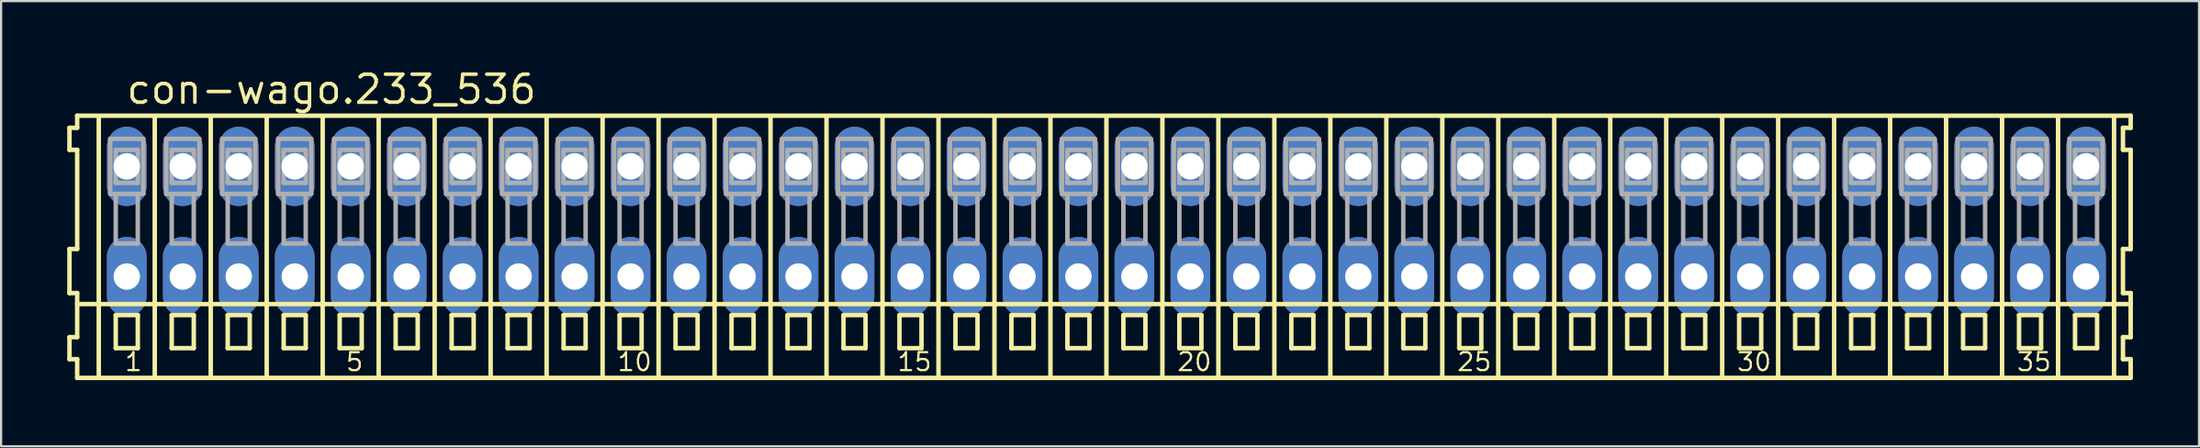
<source format=kicad_pcb>
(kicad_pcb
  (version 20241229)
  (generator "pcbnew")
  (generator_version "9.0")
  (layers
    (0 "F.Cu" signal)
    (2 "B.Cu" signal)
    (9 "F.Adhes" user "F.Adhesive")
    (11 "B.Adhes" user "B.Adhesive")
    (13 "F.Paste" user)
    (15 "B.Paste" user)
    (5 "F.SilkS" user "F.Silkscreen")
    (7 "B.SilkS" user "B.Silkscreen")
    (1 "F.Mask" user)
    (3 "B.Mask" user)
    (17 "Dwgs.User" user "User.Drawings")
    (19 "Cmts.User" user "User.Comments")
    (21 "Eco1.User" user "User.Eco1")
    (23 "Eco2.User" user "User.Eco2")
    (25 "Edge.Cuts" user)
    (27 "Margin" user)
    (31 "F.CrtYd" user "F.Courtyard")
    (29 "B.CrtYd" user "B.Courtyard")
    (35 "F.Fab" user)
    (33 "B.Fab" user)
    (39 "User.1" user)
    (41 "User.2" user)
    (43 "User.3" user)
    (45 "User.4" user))
  (footprint "con-wago.233_536"
    (layer "F.Cu")
    (at 47.152 7)
    (property "Reference" "con-wago.233_536" (at -44.55 -5.25 0) (layer "F.SilkS") (effects (font (size 1.27 1.27) (thickness 0.16)) (justify left bottom)))
    (attr through_hole)
    (fp_line (start -47.05 -4.25) (end -47.05 -3.25) (stroke (width 0.203) (type default)) (layer "F.SilkS"))
    (fp_line (start -47.05 -3.25) (end -46.7 -3.25) (stroke (width 0.203) (type default)) (layer "F.SilkS"))
    (fp_line (start -47.05 1.25) (end -47.05 3.25) (stroke (width 0.203) (type default)) (layer "F.SilkS"))
    (fp_line (start -47.05 3.25) (end -46.7 3.25) (stroke (width 0.203) (type default)) (layer "F.SilkS"))
    (fp_line (start -47.05 5.25) (end -47.05 6.25) (stroke (width 0.203) (type default)) (layer "F.SilkS"))
    (fp_line (start -47.05 6.25) (end -46.7 6.25) (stroke (width 0.203) (type default)) (layer "F.SilkS"))
    (fp_line (start -46.7 -4.8) (end -46.7 -4.25) (stroke (width 0.203) (type default)) (layer "F.SilkS"))
    (fp_line (start -46.7 -4.25) (end -47.05 -4.25) (stroke (width 0.203) (type default)) (layer "F.SilkS"))
    (fp_line (start -46.7 -3.25) (end -46.7 1.25) (stroke (width 0.203) (type default)) (layer "F.SilkS"))
    (fp_line (start -46.7 1.25) (end -47.05 1.25) (stroke (width 0.203) (type default)) (layer "F.SilkS"))
    (fp_line (start -46.7 3.25) (end -46.7 5.25) (stroke (width 0.203) (type default)) (layer "F.SilkS"))
    (fp_line (start -46.7 3.75) (end 46.475 3.75) (stroke (width 0.203) (type default)) (layer "F.SilkS"))
    (fp_line (start -46.7 5.25) (end -47.05 5.25) (stroke (width 0.203) (type default)) (layer "F.SilkS"))
    (fp_line (start -46.7 6.25) (end -46.7 7.1) (stroke (width 0.203) (type default)) (layer "F.SilkS"))
    (fp_line (start -46.7 7.1) (end 46.475 7.1) (stroke (width 0.203) (type default)) (layer "F.SilkS"))
    (fp_line (start -45.72 6.985) (end -45.72 -4.699) (stroke (width 0.203) (type default)) (layer "F.SilkS"))
    (fp_line (start -44.95 4.25) (end -44.95 5.75) (stroke (width 0.203) (type default)) (layer "F.SilkS"))
    (fp_line (start -44.95 5.75) (end -43.95 5.75) (stroke (width 0.203) (type default)) (layer "F.SilkS"))
    (fp_line (start -43.95 4.25) (end -44.95 4.25) (stroke (width 0.203) (type default)) (layer "F.SilkS"))
    (fp_line (start -43.95 5.75) (end -43.95 4.25) (stroke (width 0.203) (type default)) (layer "F.SilkS"))
    (fp_line (start -43.18 6.985) (end -43.18 -4.699) (stroke (width 0.203) (type default)) (layer "F.SilkS"))
    (fp_line (start -42.41 4.25) (end -42.41 5.75) (stroke (width 0.203) (type default)) (layer "F.SilkS"))
    (fp_line (start -42.41 5.75) (end -41.41 5.75) (stroke (width 0.203) (type default)) (layer "F.SilkS"))
    (fp_line (start -41.41 4.25) (end -42.41 4.25) (stroke (width 0.203) (type default)) (layer "F.SilkS"))
    (fp_line (start -41.41 5.75) (end -41.41 4.25) (stroke (width 0.203) (type default)) (layer "F.SilkS"))
    (fp_line (start -40.64 6.985) (end -40.64 -4.699) (stroke (width 0.203) (type default)) (layer "F.SilkS"))
    (fp_line (start -39.87 4.25) (end -39.87 5.75) (stroke (width 0.203) (type default)) (layer "F.SilkS"))
    (fp_line (start -39.87 5.75) (end -38.87 5.75) (stroke (width 0.203) (type default)) (layer "F.SilkS"))
    (fp_line (start -38.87 4.25) (end -39.87 4.25) (stroke (width 0.203) (type default)) (layer "F.SilkS"))
    (fp_line (start -38.87 5.75) (end -38.87 4.25) (stroke (width 0.203) (type default)) (layer "F.SilkS"))
    (fp_line (start -38.1 6.985) (end -38.1 -4.699) (stroke (width 0.203) (type default)) (layer "F.SilkS"))
    (fp_line (start -37.33 4.25) (end -37.33 5.75) (stroke (width 0.203) (type default)) (layer "F.SilkS"))
    (fp_line (start -37.33 5.75) (end -36.33 5.75) (stroke (width 0.203) (type default)) (layer "F.SilkS"))
    (fp_line (start -36.33 4.25) (end -37.33 4.25) (stroke (width 0.203) (type default)) (layer "F.SilkS"))
    (fp_line (start -36.33 5.75) (end -36.33 4.25) (stroke (width 0.203) (type default)) (layer "F.SilkS"))
    (fp_line (start -35.56 6.985) (end -35.56 -4.699) (stroke (width 0.203) (type default)) (layer "F.SilkS"))
    (fp_line (start -34.79 4.25) (end -34.79 5.75) (stroke (width 0.203) (type default)) (layer "F.SilkS"))
    (fp_line (start -34.79 5.75) (end -33.79 5.75) (stroke (width 0.203) (type default)) (layer "F.SilkS"))
    (fp_line (start -33.79 4.25) (end -34.79 4.25) (stroke (width 0.203) (type default)) (layer "F.SilkS"))
    (fp_line (start -33.79 5.75) (end -33.79 4.25) (stroke (width 0.203) (type default)) (layer "F.SilkS"))
    (fp_line (start -33.02 6.985) (end -33.02 -4.699) (stroke (width 0.203) (type default)) (layer "F.SilkS"))
    (fp_line (start -32.25 4.25) (end -32.25 5.75) (stroke (width 0.203) (type default)) (layer "F.SilkS"))
    (fp_line (start -32.25 5.75) (end -31.25 5.75) (stroke (width 0.203) (type default)) (layer "F.SilkS"))
    (fp_line (start -31.25 4.25) (end -32.25 4.25) (stroke (width 0.203) (type default)) (layer "F.SilkS"))
    (fp_line (start -31.25 5.75) (end -31.25 4.25) (stroke (width 0.203) (type default)) (layer "F.SilkS"))
    (fp_line (start -30.48 6.985) (end -30.48 -4.699) (stroke (width 0.203) (type default)) (layer "F.SilkS"))
    (fp_line (start -29.71 4.25) (end -29.71 5.75) (stroke (width 0.203) (type default)) (layer "F.SilkS"))
    (fp_line (start -29.71 5.75) (end -28.71 5.75) (stroke (width 0.203) (type default)) (layer "F.SilkS"))
    (fp_line (start -28.71 4.25) (end -29.71 4.25) (stroke (width 0.203) (type default)) (layer "F.SilkS"))
    (fp_line (start -28.71 5.75) (end -28.71 4.25) (stroke (width 0.203) (type default)) (layer "F.SilkS"))
    (fp_line (start -27.94 6.985) (end -27.94 -4.699) (stroke (width 0.203) (type default)) (layer "F.SilkS"))
    (fp_line (start -27.17 4.25) (end -27.17 5.75) (stroke (width 0.203) (type default)) (layer "F.SilkS"))
    (fp_line (start -27.17 5.75) (end -26.17 5.75) (stroke (width 0.203) (type default)) (layer "F.SilkS"))
    (fp_line (start -26.17 4.25) (end -27.17 4.25) (stroke (width 0.203) (type default)) (layer "F.SilkS"))
    (fp_line (start -26.17 5.75) (end -26.17 4.25) (stroke (width 0.203) (type default)) (layer "F.SilkS"))
    (fp_line (start -25.4 6.985) (end -25.4 -4.699) (stroke (width 0.203) (type default)) (layer "F.SilkS"))
    (fp_line (start -24.63 4.25) (end -24.63 5.75) (stroke (width 0.203) (type default)) (layer "F.SilkS"))
    (fp_line (start -24.63 5.75) (end -23.63 5.75) (stroke (width 0.203) (type default)) (layer "F.SilkS"))
    (fp_line (start -23.63 4.25) (end -24.63 4.25) (stroke (width 0.203) (type default)) (layer "F.SilkS"))
    (fp_line (start -23.63 5.75) (end -23.63 4.25) (stroke (width 0.203) (type default)) (layer "F.SilkS"))
    (fp_line (start -22.86 6.985) (end -22.86 -4.699) (stroke (width 0.203) (type default)) (layer "F.SilkS"))
    (fp_line (start -22.09 4.25) (end -22.09 5.75) (stroke (width 0.203) (type default)) (layer "F.SilkS"))
    (fp_line (start -22.09 5.75) (end -21.09 5.75) (stroke (width 0.203) (type default)) (layer "F.SilkS"))
    (fp_line (start -21.09 4.25) (end -22.09 4.25) (stroke (width 0.203) (type default)) (layer "F.SilkS"))
    (fp_line (start -21.09 5.75) (end -21.09 4.25) (stroke (width 0.203) (type default)) (layer "F.SilkS"))
    (fp_line (start -20.32 6.985) (end -20.32 -4.699) (stroke (width 0.203) (type default)) (layer "F.SilkS"))
    (fp_line (start -19.55 4.25) (end -19.55 5.75) (stroke (width 0.203) (type default)) (layer "F.SilkS"))
    (fp_line (start -19.55 5.75) (end -18.55 5.75) (stroke (width 0.203) (type default)) (layer "F.SilkS"))
    (fp_line (start -18.55 4.25) (end -19.55 4.25) (stroke (width 0.203) (type default)) (layer "F.SilkS"))
    (fp_line (start -18.55 5.75) (end -18.55 4.25) (stroke (width 0.203) (type default)) (layer "F.SilkS"))
    (fp_line (start -17.78 6.985) (end -17.78 -4.699) (stroke (width 0.203) (type default)) (layer "F.SilkS"))
    (fp_line (start -17.01 4.25) (end -17.01 5.75) (stroke (width 0.203) (type default)) (layer "F.SilkS"))
    (fp_line (start -17.01 5.75) (end -16.01 5.75) (stroke (width 0.203) (type default)) (layer "F.SilkS"))
    (fp_line (start -16.01 4.25) (end -17.01 4.25) (stroke (width 0.203) (type default)) (layer "F.SilkS"))
    (fp_line (start -16.01 5.75) (end -16.01 4.25) (stroke (width 0.203) (type default)) (layer "F.SilkS"))
    (fp_line (start -15.24 6.985) (end -15.24 -4.699) (stroke (width 0.203) (type default)) (layer "F.SilkS"))
    (fp_line (start -14.47 4.25) (end -14.47 5.75) (stroke (width 0.203) (type default)) (layer "F.SilkS"))
    (fp_line (start -14.47 5.75) (end -13.47 5.75) (stroke (width 0.203) (type default)) (layer "F.SilkS"))
    (fp_line (start -13.47 4.25) (end -14.47 4.25) (stroke (width 0.203) (type default)) (layer "F.SilkS"))
    (fp_line (start -13.47 5.75) (end -13.47 4.25) (stroke (width 0.203) (type default)) (layer "F.SilkS"))
    (fp_line (start -12.7 6.985) (end -12.7 -4.699) (stroke (width 0.203) (type default)) (layer "F.SilkS"))
    (fp_line (start -11.93 4.25) (end -11.93 5.75) (stroke (width 0.203) (type default)) (layer "F.SilkS"))
    (fp_line (start -11.93 5.75) (end -10.93 5.75) (stroke (width 0.203) (type default)) (layer "F.SilkS"))
    (fp_line (start -10.93 4.25) (end -11.93 4.25) (stroke (width 0.203) (type default)) (layer "F.SilkS"))
    (fp_line (start -10.93 5.75) (end -10.93 4.25) (stroke (width 0.203) (type default)) (layer "F.SilkS"))
    (fp_line (start -10.16 6.985) (end -10.16 -4.699) (stroke (width 0.203) (type default)) (layer "F.SilkS"))
    (fp_line (start -9.39 4.25) (end -9.39 5.75) (stroke (width 0.203) (type default)) (layer "F.SilkS"))
    (fp_line (start -9.39 5.75) (end -8.39 5.75) (stroke (width 0.203) (type default)) (layer "F.SilkS"))
    (fp_line (start -8.39 4.25) (end -9.39 4.25) (stroke (width 0.203) (type default)) (layer "F.SilkS"))
    (fp_line (start -8.39 5.75) (end -8.39 4.25) (stroke (width 0.203) (type default)) (layer "F.SilkS"))
    (fp_line (start -7.62 6.985) (end -7.62 -4.699) (stroke (width 0.203) (type default)) (layer "F.SilkS"))
    (fp_line (start -6.85 4.25) (end -6.85 5.75) (stroke (width 0.203) (type default)) (layer "F.SilkS"))
    (fp_line (start -6.85 5.75) (end -5.85 5.75) (stroke (width 0.203) (type default)) (layer "F.SilkS"))
    (fp_line (start -5.85 4.25) (end -6.85 4.25) (stroke (width 0.203) (type default)) (layer "F.SilkS"))
    (fp_line (start -5.85 5.75) (end -5.85 4.25) (stroke (width 0.203) (type default)) (layer "F.SilkS"))
    (fp_line (start -5.08 6.985) (end -5.08 -4.699) (stroke (width 0.203) (type default)) (layer "F.SilkS"))
    (fp_line (start -4.31 4.25) (end -4.31 5.75) (stroke (width 0.203) (type default)) (layer "F.SilkS"))
    (fp_line (start -4.31 5.75) (end -3.31 5.75) (stroke (width 0.203) (type default)) (layer "F.SilkS"))
    (fp_line (start -3.31 4.25) (end -4.31 4.25) (stroke (width 0.203) (type default)) (layer "F.SilkS"))
    (fp_line (start -3.31 5.75) (end -3.31 4.25) (stroke (width 0.203) (type default)) (layer "F.SilkS"))
    (fp_line (start -2.54 6.985) (end -2.54 -4.699) (stroke (width 0.203) (type default)) (layer "F.SilkS"))
    (fp_line (start -1.77 4.25) (end -1.77 5.75) (stroke (width 0.203) (type default)) (layer "F.SilkS"))
    (fp_line (start -1.77 5.75) (end -0.77 5.75) (stroke (width 0.203) (type default)) (layer "F.SilkS"))
    (fp_line (start -0.77 4.25) (end -1.77 4.25) (stroke (width 0.203) (type default)) (layer "F.SilkS"))
    (fp_line (start -0.77 5.75) (end -0.77 4.25) (stroke (width 0.203) (type default)) (layer "F.SilkS"))
    (fp_line (start 0 6.985) (end 0 -4.699) (stroke (width 0.203) (type default)) (layer "F.SilkS"))
    (fp_line (start 0.77 4.25) (end 0.77 5.75) (stroke (width 0.203) (type default)) (layer "F.SilkS"))
    (fp_line (start 0.77 5.75) (end 1.77 5.75) (stroke (width 0.203) (type default)) (layer "F.SilkS"))
    (fp_line (start 1.77 4.25) (end 0.77 4.25) (stroke (width 0.203) (type default)) (layer "F.SilkS"))
    (fp_line (start 1.77 5.75) (end 1.77 4.25) (stroke (width 0.203) (type default)) (layer "F.SilkS"))
    (fp_line (start 2.54 6.985) (end 2.54 -4.699) (stroke (width 0.203) (type default)) (layer "F.SilkS"))
    (fp_line (start 3.31 4.25) (end 3.31 5.75) (stroke (width 0.203) (type default)) (layer "F.SilkS"))
    (fp_line (start 3.31 5.75) (end 4.31 5.75) (stroke (width 0.203) (type default)) (layer "F.SilkS"))
    (fp_line (start 4.31 4.25) (end 3.31 4.25) (stroke (width 0.203) (type default)) (layer "F.SilkS"))
    (fp_line (start 4.31 5.75) (end 4.31 4.25) (stroke (width 0.203) (type default)) (layer "F.SilkS"))
    (fp_line (start 5.08 6.985) (end 5.08 -4.699) (stroke (width 0.203) (type default)) (layer "F.SilkS"))
    (fp_line (start 5.85 4.25) (end 5.85 5.75) (stroke (width 0.203) (type default)) (layer "F.SilkS"))
    (fp_line (start 5.85 5.75) (end 6.85 5.75) (stroke (width 0.203) (type default)) (layer "F.SilkS"))
    (fp_line (start 6.85 4.25) (end 5.85 4.25) (stroke (width 0.203) (type default)) (layer "F.SilkS"))
    (fp_line (start 6.85 5.75) (end 6.85 4.25) (stroke (width 0.203) (type default)) (layer "F.SilkS"))
    (fp_line (start 7.62 6.985) (end 7.62 -4.699) (stroke (width 0.203) (type default)) (layer "F.SilkS"))
    (fp_line (start 8.39 4.25) (end 8.39 5.75) (stroke (width 0.203) (type default)) (layer "F.SilkS"))
    (fp_line (start 8.39 5.75) (end 9.39 5.75) (stroke (width 0.203) (type default)) (layer "F.SilkS"))
    (fp_line (start 9.39 4.25) (end 8.39 4.25) (stroke (width 0.203) (type default)) (layer "F.SilkS"))
    (fp_line (start 9.39 5.75) (end 9.39 4.25) (stroke (width 0.203) (type default)) (layer "F.SilkS"))
    (fp_line (start 10.16 6.985) (end 10.16 -4.699) (stroke (width 0.203) (type default)) (layer "F.SilkS"))
    (fp_line (start 10.93 4.25) (end 10.93 5.75) (stroke (width 0.203) (type default)) (layer "F.SilkS"))
    (fp_line (start 10.93 5.75) (end 11.93 5.75) (stroke (width 0.203) (type default)) (layer "F.SilkS"))
    (fp_line (start 11.93 4.25) (end 10.93 4.25) (stroke (width 0.203) (type default)) (layer "F.SilkS"))
    (fp_line (start 11.93 5.75) (end 11.93 4.25) (stroke (width 0.203) (type default)) (layer "F.SilkS"))
    (fp_line (start 12.7 6.985) (end 12.7 -4.699) (stroke (width 0.203) (type default)) (layer "F.SilkS"))
    (fp_line (start 13.47 4.25) (end 13.47 5.75) (stroke (width 0.203) (type default)) (layer "F.SilkS"))
    (fp_line (start 13.47 5.75) (end 14.47 5.75) (stroke (width 0.203) (type default)) (layer "F.SilkS"))
    (fp_line (start 14.47 4.25) (end 13.47 4.25) (stroke (width 0.203) (type default)) (layer "F.SilkS"))
    (fp_line (start 14.47 5.75) (end 14.47 4.25) (stroke (width 0.203) (type default)) (layer "F.SilkS"))
    (fp_line (start 15.24 6.985) (end 15.24 -4.699) (stroke (width 0.203) (type default)) (layer "F.SilkS"))
    (fp_line (start 16.01 4.25) (end 16.01 5.75) (stroke (width 0.203) (type default)) (layer "F.SilkS"))
    (fp_line (start 16.01 5.75) (end 17.01 5.75) (stroke (width 0.203) (type default)) (layer "F.SilkS"))
    (fp_line (start 17.01 4.25) (end 16.01 4.25) (stroke (width 0.203) (type default)) (layer "F.SilkS"))
    (fp_line (start 17.01 5.75) (end 17.01 4.25) (stroke (width 0.203) (type default)) (layer "F.SilkS"))
    (fp_line (start 17.78 6.985) (end 17.78 -4.699) (stroke (width 0.203) (type default)) (layer "F.SilkS"))
    (fp_line (start 18.55 4.25) (end 18.55 5.75) (stroke (width 0.203) (type default)) (layer "F.SilkS"))
    (fp_line (start 18.55 5.75) (end 19.55 5.75) (stroke (width 0.203) (type default)) (layer "F.SilkS"))
    (fp_line (start 19.55 4.25) (end 18.55 4.25) (stroke (width 0.203) (type default)) (layer "F.SilkS"))
    (fp_line (start 19.55 5.75) (end 19.55 4.25) (stroke (width 0.203) (type default)) (layer "F.SilkS"))
    (fp_line (start 20.32 6.985) (end 20.32 -4.699) (stroke (width 0.203) (type default)) (layer "F.SilkS"))
    (fp_line (start 21.09 4.25) (end 21.09 5.75) (stroke (width 0.203) (type default)) (layer "F.SilkS"))
    (fp_line (start 21.09 5.75) (end 22.09 5.75) (stroke (width 0.203) (type default)) (layer "F.SilkS"))
    (fp_line (start 22.09 4.25) (end 21.09 4.25) (stroke (width 0.203) (type default)) (layer "F.SilkS"))
    (fp_line (start 22.09 5.75) (end 22.09 4.25) (stroke (width 0.203) (type default)) (layer "F.SilkS"))
    (fp_line (start 22.86 6.985) (end 22.86 -4.699) (stroke (width 0.203) (type default)) (layer "F.SilkS"))
    (fp_line (start 23.63 4.25) (end 23.63 5.75) (stroke (width 0.203) (type default)) (layer "F.SilkS"))
    (fp_line (start 23.63 5.75) (end 24.63 5.75) (stroke (width 0.203) (type default)) (layer "F.SilkS"))
    (fp_line (start 24.63 4.25) (end 23.63 4.25) (stroke (width 0.203) (type default)) (layer "F.SilkS"))
    (fp_line (start 24.63 5.75) (end 24.63 4.25) (stroke (width 0.203) (type default)) (layer "F.SilkS"))
    (fp_line (start 25.4 6.985) (end 25.4 -4.699) (stroke (width 0.203) (type default)) (layer "F.SilkS"))
    (fp_line (start 26.17 4.25) (end 26.17 5.75) (stroke (width 0.203) (type default)) (layer "F.SilkS"))
    (fp_line (start 26.17 5.75) (end 27.17 5.75) (stroke (width 0.203) (type default)) (layer "F.SilkS"))
    (fp_line (start 27.17 4.25) (end 26.17 4.25) (stroke (width 0.203) (type default)) (layer "F.SilkS"))
    (fp_line (start 27.17 5.75) (end 27.17 4.25) (stroke (width 0.203) (type default)) (layer "F.SilkS"))
    (fp_line (start 27.94 6.985) (end 27.94 -4.699) (stroke (width 0.203) (type default)) (layer "F.SilkS"))
    (fp_line (start 28.71 4.25) (end 28.71 5.75) (stroke (width 0.203) (type default)) (layer "F.SilkS"))
    (fp_line (start 28.71 5.75) (end 29.71 5.75) (stroke (width 0.203) (type default)) (layer "F.SilkS"))
    (fp_line (start 29.71 4.25) (end 28.71 4.25) (stroke (width 0.203) (type default)) (layer "F.SilkS"))
    (fp_line (start 29.71 5.75) (end 29.71 4.25) (stroke (width 0.203) (type default)) (layer "F.SilkS"))
    (fp_line (start 30.48 6.985) (end 30.48 -4.699) (stroke (width 0.203) (type default)) (layer "F.SilkS"))
    (fp_line (start 31.25 4.25) (end 31.25 5.75) (stroke (width 0.203) (type default)) (layer "F.SilkS"))
    (fp_line (start 31.25 5.75) (end 32.25 5.75) (stroke (width 0.203) (type default)) (layer "F.SilkS"))
    (fp_line (start 32.25 4.25) (end 31.25 4.25) (stroke (width 0.203) (type default)) (layer "F.SilkS"))
    (fp_line (start 32.25 5.75) (end 32.25 4.25) (stroke (width 0.203) (type default)) (layer "F.SilkS"))
    (fp_line (start 33.02 6.985) (end 33.02 -4.699) (stroke (width 0.203) (type default)) (layer "F.SilkS"))
    (fp_line (start 33.79 4.25) (end 33.79 5.75) (stroke (width 0.203) (type default)) (layer "F.SilkS"))
    (fp_line (start 33.79 5.75) (end 34.79 5.75) (stroke (width 0.203) (type default)) (layer "F.SilkS"))
    (fp_line (start 34.79 4.25) (end 33.79 4.25) (stroke (width 0.203) (type default)) (layer "F.SilkS"))
    (fp_line (start 34.79 5.75) (end 34.79 4.25) (stroke (width 0.203) (type default)) (layer "F.SilkS"))
    (fp_line (start 35.56 6.985) (end 35.56 -4.699) (stroke (width 0.203) (type default)) (layer "F.SilkS"))
    (fp_line (start 36.33 4.25) (end 36.33 5.75) (stroke (width 0.203) (type default)) (layer "F.SilkS"))
    (fp_line (start 36.33 5.75) (end 37.33 5.75) (stroke (width 0.203) (type default)) (layer "F.SilkS"))
    (fp_line (start 37.33 4.25) (end 36.33 4.25) (stroke (width 0.203) (type default)) (layer "F.SilkS"))
    (fp_line (start 37.33 5.75) (end 37.33 4.25) (stroke (width 0.203) (type default)) (layer "F.SilkS"))
    (fp_line (start 38.1 6.985) (end 38.1 -4.699) (stroke (width 0.203) (type default)) (layer "F.SilkS"))
    (fp_line (start 38.87 4.25) (end 38.87 5.75) (stroke (width 0.203) (type default)) (layer "F.SilkS"))
    (fp_line (start 38.87 5.75) (end 39.87 5.75) (stroke (width 0.203) (type default)) (layer "F.SilkS"))
    (fp_line (start 39.87 4.25) (end 38.87 4.25) (stroke (width 0.203) (type default)) (layer "F.SilkS"))
    (fp_line (start 39.87 5.75) (end 39.87 4.25) (stroke (width 0.203) (type default)) (layer "F.SilkS"))
    (fp_line (start 40.64 6.985) (end 40.64 -4.699) (stroke (width 0.203) (type default)) (layer "F.SilkS"))
    (fp_line (start 41.41 4.25) (end 41.41 5.75) (stroke (width 0.203) (type default)) (layer "F.SilkS"))
    (fp_line (start 41.41 5.75) (end 42.41 5.75) (stroke (width 0.203) (type default)) (layer "F.SilkS"))
    (fp_line (start 42.41 4.25) (end 41.41 4.25) (stroke (width 0.203) (type default)) (layer "F.SilkS"))
    (fp_line (start 42.41 5.75) (end 42.41 4.25) (stroke (width 0.203) (type default)) (layer "F.SilkS"))
    (fp_line (start 43.18 6.985) (end 43.18 -4.699) (stroke (width 0.203) (type default)) (layer "F.SilkS"))
    (fp_line (start 43.95 4.25) (end 43.95 5.75) (stroke (width 0.203) (type default)) (layer "F.SilkS"))
    (fp_line (start 43.95 5.75) (end 44.95 5.75) (stroke (width 0.203) (type default)) (layer "F.SilkS"))
    (fp_line (start 44.95 4.25) (end 43.95 4.25) (stroke (width 0.203) (type default)) (layer "F.SilkS"))
    (fp_line (start 44.95 5.75) (end 44.95 4.25) (stroke (width 0.203) (type default)) (layer "F.SilkS"))
    (fp_line (start 45.72 6.985) (end 45.72 -4.699) (stroke (width 0.203) (type default)) (layer "F.SilkS"))
    (fp_line (start 46.125 -4.25) (end 46.125 -3.25) (stroke (width 0.203) (type default)) (layer "F.SilkS"))
    (fp_line (start 46.125 -3.25) (end 46.475 -3.25) (stroke (width 0.203) (type default)) (layer "F.SilkS"))
    (fp_line (start 46.125 1.25) (end 46.125 3.25) (stroke (width 0.203) (type default)) (layer "F.SilkS"))
    (fp_line (start 46.125 3.25) (end 46.475 3.25) (stroke (width 0.203) (type default)) (layer "F.SilkS"))
    (fp_line (start 46.125 5.25) (end 46.125 6.25) (stroke (width 0.203) (type default)) (layer "F.SilkS"))
    (fp_line (start 46.125 6.25) (end 46.475 6.25) (stroke (width 0.203) (type default)) (layer "F.SilkS"))
    (fp_line (start 46.475 -4.8) (end -46.7 -4.8) (stroke (width 0.203) (type default)) (layer "F.SilkS"))
    (fp_line (start 46.475 -4.25) (end 46.125 -4.25) (stroke (width 0.203) (type default)) (layer "F.SilkS"))
    (fp_line (start 46.475 -4.25) (end 46.475 -4.8) (stroke (width 0.203) (type default)) (layer "F.SilkS"))
    (fp_line (start 46.475 1.25) (end 46.125 1.25) (stroke (width 0.203) (type default)) (layer "F.SilkS"))
    (fp_line (start 46.475 1.25) (end 46.475 -3.25) (stroke (width 0.203) (type default)) (layer "F.SilkS"))
    (fp_line (start 46.475 3.75) (end 46.475 3.25) (stroke (width 0.203) (type default)) (layer "F.SilkS"))
    (fp_line (start 46.475 5.25) (end 46.125 5.25) (stroke (width 0.203) (type default)) (layer "F.SilkS"))
    (fp_line (start 46.475 5.25) (end 46.475 3.75) (stroke (width 0.203) (type default)) (layer "F.SilkS"))
    (fp_line (start 46.475 7.1) (end 46.475 6.25) (stroke (width 0.203) (type default)) (layer "F.SilkS"))
    (fp_line (start -45.2 -3.75) (end -45.2 -1.25) (stroke (width 0.203) (type default)) (layer "F.Fab"))
    (fp_line (start -45.2 -1.25) (end -44.95 -1.25) (stroke (width 0.203) (type default)) (layer "F.Fab"))
    (fp_line (start -44.95 -3.25) (end -44.95 -1.75) (stroke (width 0.203) (type default)) (layer "F.Fab"))
    (fp_line (start -44.95 -1.75) (end -43.95 -1.75) (stroke (width 0.203) (type default)) (layer "F.Fab"))
    (fp_line (start -44.95 -1.25) (end -44.95 1) (stroke (width 0.203) (type default)) (layer "F.Fab"))
    (fp_line (start -44.95 -1.25) (end -43.95 -1.25) (stroke (width 0.203) (type default)) (layer "F.Fab"))
    (fp_line (start -44.95 1) (end -43.95 1) (stroke (width 0.203) (type default)) (layer "F.Fab"))
    (fp_line (start -43.95 -3.25) (end -44.95 -3.25) (stroke (width 0.203) (type default)) (layer "F.Fab"))
    (fp_line (start -43.95 -1.75) (end -43.95 -3.25) (stroke (width 0.203) (type default)) (layer "F.Fab"))
    (fp_line (start -43.95 -1.25) (end -43.7 -1.25) (stroke (width 0.203) (type default)) (layer "F.Fab"))
    (fp_line (start -43.95 1) (end -43.95 -1.25) (stroke (width 0.203) (type default)) (layer "F.Fab"))
    (fp_line (start -43.7 -3.75) (end -45.2 -3.75) (stroke (width 0.203) (type default)) (layer "F.Fab"))
    (fp_line (start -43.7 -1.25) (end -43.7 -3.75) (stroke (width 0.203) (type default)) (layer "F.Fab"))
    (fp_line (start -42.66 -3.75) (end -42.66 -1.25) (stroke (width 0.203) (type default)) (layer "F.Fab"))
    (fp_line (start -42.66 -1.25) (end -42.41 -1.25) (stroke (width 0.203) (type default)) (layer "F.Fab"))
    (fp_line (start -42.41 -3.25) (end -42.41 -1.75) (stroke (width 0.203) (type default)) (layer "F.Fab"))
    (fp_line (start -42.41 -1.75) (end -41.41 -1.75) (stroke (width 0.203) (type default)) (layer "F.Fab"))
    (fp_line (start -42.41 -1.25) (end -42.41 1) (stroke (width 0.203) (type default)) (layer "F.Fab"))
    (fp_line (start -42.41 -1.25) (end -41.41 -1.25) (stroke (width 0.203) (type default)) (layer "F.Fab"))
    (fp_line (start -42.41 1) (end -41.41 1) (stroke (width 0.203) (type default)) (layer "F.Fab"))
    (fp_line (start -41.41 -3.25) (end -42.41 -3.25) (stroke (width 0.203) (type default)) (layer "F.Fab"))
    (fp_line (start -41.41 -1.75) (end -41.41 -3.25) (stroke (width 0.203) (type default)) (layer "F.Fab"))
    (fp_line (start -41.41 -1.25) (end -41.16 -1.25) (stroke (width 0.203) (type default)) (layer "F.Fab"))
    (fp_line (start -41.41 1) (end -41.41 -1.25) (stroke (width 0.203) (type default)) (layer "F.Fab"))
    (fp_line (start -41.16 -3.75) (end -42.66 -3.75) (stroke (width 0.203) (type default)) (layer "F.Fab"))
    (fp_line (start -41.16 -1.25) (end -41.16 -3.75) (stroke (width 0.203) (type default)) (layer "F.Fab"))
    (fp_line (start -40.12 -3.75) (end -40.12 -1.25) (stroke (width 0.203) (type default)) (layer "F.Fab"))
    (fp_line (start -40.12 -1.25) (end -39.87 -1.25) (stroke (width 0.203) (type default)) (layer "F.Fab"))
    (fp_line (start -39.87 -3.25) (end -39.87 -1.75) (stroke (width 0.203) (type default)) (layer "F.Fab"))
    (fp_line (start -39.87 -1.75) (end -38.87 -1.75) (stroke (width 0.203) (type default)) (layer "F.Fab"))
    (fp_line (start -39.87 -1.25) (end -39.87 1) (stroke (width 0.203) (type default)) (layer "F.Fab"))
    (fp_line (start -39.87 -1.25) (end -38.87 -1.25) (stroke (width 0.203) (type default)) (layer "F.Fab"))
    (fp_line (start -39.87 1) (end -38.87 1) (stroke (width 0.203) (type default)) (layer "F.Fab"))
    (fp_line (start -38.87 -3.25) (end -39.87 -3.25) (stroke (width 0.203) (type default)) (layer "F.Fab"))
    (fp_line (start -38.87 -1.75) (end -38.87 -3.25) (stroke (width 0.203) (type default)) (layer "F.Fab"))
    (fp_line (start -38.87 -1.25) (end -38.62 -1.25) (stroke (width 0.203) (type default)) (layer "F.Fab"))
    (fp_line (start -38.87 1) (end -38.87 -1.25) (stroke (width 0.203) (type default)) (layer "F.Fab"))
    (fp_line (start -38.62 -3.75) (end -40.12 -3.75) (stroke (width 0.203) (type default)) (layer "F.Fab"))
    (fp_line (start -38.62 -1.25) (end -38.62 -3.75) (stroke (width 0.203) (type default)) (layer "F.Fab"))
    (fp_line (start -37.58 -3.75) (end -37.58 -1.25) (stroke (width 0.203) (type default)) (layer "F.Fab"))
    (fp_line (start -37.58 -1.25) (end -37.33 -1.25) (stroke (width 0.203) (type default)) (layer "F.Fab"))
    (fp_line (start -37.33 -3.25) (end -37.33 -1.75) (stroke (width 0.203) (type default)) (layer "F.Fab"))
    (fp_line (start -37.33 -1.75) (end -36.33 -1.75) (stroke (width 0.203) (type default)) (layer "F.Fab"))
    (fp_line (start -37.33 -1.25) (end -37.33 1) (stroke (width 0.203) (type default)) (layer "F.Fab"))
    (fp_line (start -37.33 -1.25) (end -36.33 -1.25) (stroke (width 0.203) (type default)) (layer "F.Fab"))
    (fp_line (start -37.33 1) (end -36.33 1) (stroke (width 0.203) (type default)) (layer "F.Fab"))
    (fp_line (start -36.33 -3.25) (end -37.33 -3.25) (stroke (width 0.203) (type default)) (layer "F.Fab"))
    (fp_line (start -36.33 -1.75) (end -36.33 -3.25) (stroke (width 0.203) (type default)) (layer "F.Fab"))
    (fp_line (start -36.33 -1.25) (end -36.08 -1.25) (stroke (width 0.203) (type default)) (layer "F.Fab"))
    (fp_line (start -36.33 1) (end -36.33 -1.25) (stroke (width 0.203) (type default)) (layer "F.Fab"))
    (fp_line (start -36.08 -3.75) (end -37.58 -3.75) (stroke (width 0.203) (type default)) (layer "F.Fab"))
    (fp_line (start -36.08 -1.25) (end -36.08 -3.75) (stroke (width 0.203) (type default)) (layer "F.Fab"))
    (fp_line (start -35.04 -3.75) (end -35.04 -1.25) (stroke (width 0.203) (type default)) (layer "F.Fab"))
    (fp_line (start -35.04 -1.25) (end -34.79 -1.25) (stroke (width 0.203) (type default)) (layer "F.Fab"))
    (fp_line (start -34.79 -3.25) (end -34.79 -1.75) (stroke (width 0.203) (type default)) (layer "F.Fab"))
    (fp_line (start -34.79 -1.75) (end -33.79 -1.75) (stroke (width 0.203) (type default)) (layer "F.Fab"))
    (fp_line (start -34.79 -1.25) (end -34.79 1) (stroke (width 0.203) (type default)) (layer "F.Fab"))
    (fp_line (start -34.79 -1.25) (end -33.79 -1.25) (stroke (width 0.203) (type default)) (layer "F.Fab"))
    (fp_line (start -34.79 1) (end -33.79 1) (stroke (width 0.203) (type default)) (layer "F.Fab"))
    (fp_line (start -33.79 -3.25) (end -34.79 -3.25) (stroke (width 0.203) (type default)) (layer "F.Fab"))
    (fp_line (start -33.79 -1.75) (end -33.79 -3.25) (stroke (width 0.203) (type default)) (layer "F.Fab"))
    (fp_line (start -33.79 -1.25) (end -33.54 -1.25) (stroke (width 0.203) (type default)) (layer "F.Fab"))
    (fp_line (start -33.79 1) (end -33.79 -1.25) (stroke (width 0.203) (type default)) (layer "F.Fab"))
    (fp_line (start -33.54 -3.75) (end -35.04 -3.75) (stroke (width 0.203) (type default)) (layer "F.Fab"))
    (fp_line (start -33.54 -1.25) (end -33.54 -3.75) (stroke (width 0.203) (type default)) (layer "F.Fab"))
    (fp_line (start -32.5 -3.75) (end -32.5 -1.25) (stroke (width 0.203) (type default)) (layer "F.Fab"))
    (fp_line (start -32.5 -1.25) (end -32.25 -1.25) (stroke (width 0.203) (type default)) (layer "F.Fab"))
    (fp_line (start -32.25 -3.25) (end -32.25 -1.75) (stroke (width 0.203) (type default)) (layer "F.Fab"))
    (fp_line (start -32.25 -1.75) (end -31.25 -1.75) (stroke (width 0.203) (type default)) (layer "F.Fab"))
    (fp_line (start -32.25 -1.25) (end -32.25 1) (stroke (width 0.203) (type default)) (layer "F.Fab"))
    (fp_line (start -32.25 -1.25) (end -31.25 -1.25) (stroke (width 0.203) (type default)) (layer "F.Fab"))
    (fp_line (start -32.25 1) (end -31.25 1) (stroke (width 0.203) (type default)) (layer "F.Fab"))
    (fp_line (start -31.25 -3.25) (end -32.25 -3.25) (stroke (width 0.203) (type default)) (layer "F.Fab"))
    (fp_line (start -31.25 -1.75) (end -31.25 -3.25) (stroke (width 0.203) (type default)) (layer "F.Fab"))
    (fp_line (start -31.25 -1.25) (end -31 -1.25) (stroke (width 0.203) (type default)) (layer "F.Fab"))
    (fp_line (start -31.25 1) (end -31.25 -1.25) (stroke (width 0.203) (type default)) (layer "F.Fab"))
    (fp_line (start -31 -3.75) (end -32.5 -3.75) (stroke (width 0.203) (type default)) (layer "F.Fab"))
    (fp_line (start -31 -1.25) (end -31 -3.75) (stroke (width 0.203) (type default)) (layer "F.Fab"))
    (fp_line (start -29.96 -3.75) (end -29.96 -1.25) (stroke (width 0.203) (type default)) (layer "F.Fab"))
    (fp_line (start -29.96 -1.25) (end -29.71 -1.25) (stroke (width 0.203) (type default)) (layer "F.Fab"))
    (fp_line (start -29.71 -3.25) (end -29.71 -1.75) (stroke (width 0.203) (type default)) (layer "F.Fab"))
    (fp_line (start -29.71 -1.75) (end -28.71 -1.75) (stroke (width 0.203) (type default)) (layer "F.Fab"))
    (fp_line (start -29.71 -1.25) (end -29.71 1) (stroke (width 0.203) (type default)) (layer "F.Fab"))
    (fp_line (start -29.71 -1.25) (end -28.71 -1.25) (stroke (width 0.203) (type default)) (layer "F.Fab"))
    (fp_line (start -29.71 1) (end -28.71 1) (stroke (width 0.203) (type default)) (layer "F.Fab"))
    (fp_line (start -28.71 -3.25) (end -29.71 -3.25) (stroke (width 0.203) (type default)) (layer "F.Fab"))
    (fp_line (start -28.71 -1.75) (end -28.71 -3.25) (stroke (width 0.203) (type default)) (layer "F.Fab"))
    (fp_line (start -28.71 -1.25) (end -28.46 -1.25) (stroke (width 0.203) (type default)) (layer "F.Fab"))
    (fp_line (start -28.71 1) (end -28.71 -1.25) (stroke (width 0.203) (type default)) (layer "F.Fab"))
    (fp_line (start -28.46 -3.75) (end -29.96 -3.75) (stroke (width 0.203) (type default)) (layer "F.Fab"))
    (fp_line (start -28.46 -1.25) (end -28.46 -3.75) (stroke (width 0.203) (type default)) (layer "F.Fab"))
    (fp_line (start -27.42 -3.75) (end -27.42 -1.25) (stroke (width 0.203) (type default)) (layer "F.Fab"))
    (fp_line (start -27.42 -1.25) (end -27.17 -1.25) (stroke (width 0.203) (type default)) (layer "F.Fab"))
    (fp_line (start -27.17 -3.25) (end -27.17 -1.75) (stroke (width 0.203) (type default)) (layer "F.Fab"))
    (fp_line (start -27.17 -1.75) (end -26.17 -1.75) (stroke (width 0.203) (type default)) (layer "F.Fab"))
    (fp_line (start -27.17 -1.25) (end -27.17 1) (stroke (width 0.203) (type default)) (layer "F.Fab"))
    (fp_line (start -27.17 -1.25) (end -26.17 -1.25) (stroke (width 0.203) (type default)) (layer "F.Fab"))
    (fp_line (start -27.17 1) (end -26.17 1) (stroke (width 0.203) (type default)) (layer "F.Fab"))
    (fp_line (start -26.17 -3.25) (end -27.17 -3.25) (stroke (width 0.203) (type default)) (layer "F.Fab"))
    (fp_line (start -26.17 -1.75) (end -26.17 -3.25) (stroke (width 0.203) (type default)) (layer "F.Fab"))
    (fp_line (start -26.17 -1.25) (end -25.92 -1.25) (stroke (width 0.203) (type default)) (layer "F.Fab"))
    (fp_line (start -26.17 1) (end -26.17 -1.25) (stroke (width 0.203) (type default)) (layer "F.Fab"))
    (fp_line (start -25.92 -3.75) (end -27.42 -3.75) (stroke (width 0.203) (type default)) (layer "F.Fab"))
    (fp_line (start -25.92 -1.25) (end -25.92 -3.75) (stroke (width 0.203) (type default)) (layer "F.Fab"))
    (fp_line (start -24.88 -3.75) (end -24.88 -1.25) (stroke (width 0.203) (type default)) (layer "F.Fab"))
    (fp_line (start -24.88 -1.25) (end -24.63 -1.25) (stroke (width 0.203) (type default)) (layer "F.Fab"))
    (fp_line (start -24.63 -3.25) (end -24.63 -1.75) (stroke (width 0.203) (type default)) (layer "F.Fab"))
    (fp_line (start -24.63 -1.75) (end -23.63 -1.75) (stroke (width 0.203) (type default)) (layer "F.Fab"))
    (fp_line (start -24.63 -1.25) (end -24.63 1) (stroke (width 0.203) (type default)) (layer "F.Fab"))
    (fp_line (start -24.63 -1.25) (end -23.63 -1.25) (stroke (width 0.203) (type default)) (layer "F.Fab"))
    (fp_line (start -24.63 1) (end -23.63 1) (stroke (width 0.203) (type default)) (layer "F.Fab"))
    (fp_line (start -23.63 -3.25) (end -24.63 -3.25) (stroke (width 0.203) (type default)) (layer "F.Fab"))
    (fp_line (start -23.63 -1.75) (end -23.63 -3.25) (stroke (width 0.203) (type default)) (layer "F.Fab"))
    (fp_line (start -23.63 -1.25) (end -23.38 -1.25) (stroke (width 0.203) (type default)) (layer "F.Fab"))
    (fp_line (start -23.63 1) (end -23.63 -1.25) (stroke (width 0.203) (type default)) (layer "F.Fab"))
    (fp_line (start -23.38 -3.75) (end -24.88 -3.75) (stroke (width 0.203) (type default)) (layer "F.Fab"))
    (fp_line (start -23.38 -1.25) (end -23.38 -3.75) (stroke (width 0.203) (type default)) (layer "F.Fab"))
    (fp_line (start -22.34 -3.75) (end -22.34 -1.25) (stroke (width 0.203) (type default)) (layer "F.Fab"))
    (fp_line (start -22.34 -1.25) (end -22.09 -1.25) (stroke (width 0.203) (type default)) (layer "F.Fab"))
    (fp_line (start -22.09 -3.25) (end -22.09 -1.75) (stroke (width 0.203) (type default)) (layer "F.Fab"))
    (fp_line (start -22.09 -1.75) (end -21.09 -1.75) (stroke (width 0.203) (type default)) (layer "F.Fab"))
    (fp_line (start -22.09 -1.25) (end -22.09 1) (stroke (width 0.203) (type default)) (layer "F.Fab"))
    (fp_line (start -22.09 -1.25) (end -21.09 -1.25) (stroke (width 0.203) (type default)) (layer "F.Fab"))
    (fp_line (start -22.09 1) (end -21.09 1) (stroke (width 0.203) (type default)) (layer "F.Fab"))
    (fp_line (start -21.09 -3.25) (end -22.09 -3.25) (stroke (width 0.203) (type default)) (layer "F.Fab"))
    (fp_line (start -21.09 -1.75) (end -21.09 -3.25) (stroke (width 0.203) (type default)) (layer "F.Fab"))
    (fp_line (start -21.09 -1.25) (end -20.84 -1.25) (stroke (width 0.203) (type default)) (layer "F.Fab"))
    (fp_line (start -21.09 1) (end -21.09 -1.25) (stroke (width 0.203) (type default)) (layer "F.Fab"))
    (fp_line (start -20.84 -3.75) (end -22.34 -3.75) (stroke (width 0.203) (type default)) (layer "F.Fab"))
    (fp_line (start -20.84 -1.25) (end -20.84 -3.75) (stroke (width 0.203) (type default)) (layer "F.Fab"))
    (fp_line (start -19.8 -3.75) (end -19.8 -1.25) (stroke (width 0.203) (type default)) (layer "F.Fab"))
    (fp_line (start -19.8 -1.25) (end -19.55 -1.25) (stroke (width 0.203) (type default)) (layer "F.Fab"))
    (fp_line (start -19.55 -3.25) (end -19.55 -1.75) (stroke (width 0.203) (type default)) (layer "F.Fab"))
    (fp_line (start -19.55 -1.75) (end -18.55 -1.75) (stroke (width 0.203) (type default)) (layer "F.Fab"))
    (fp_line (start -19.55 -1.25) (end -19.55 1) (stroke (width 0.203) (type default)) (layer "F.Fab"))
    (fp_line (start -19.55 -1.25) (end -18.55 -1.25) (stroke (width 0.203) (type default)) (layer "F.Fab"))
    (fp_line (start -19.55 1) (end -18.55 1) (stroke (width 0.203) (type default)) (layer "F.Fab"))
    (fp_line (start -18.55 -3.25) (end -19.55 -3.25) (stroke (width 0.203) (type default)) (layer "F.Fab"))
    (fp_line (start -18.55 -1.75) (end -18.55 -3.25) (stroke (width 0.203) (type default)) (layer "F.Fab"))
    (fp_line (start -18.55 -1.25) (end -18.3 -1.25) (stroke (width 0.203) (type default)) (layer "F.Fab"))
    (fp_line (start -18.55 1) (end -18.55 -1.25) (stroke (width 0.203) (type default)) (layer "F.Fab"))
    (fp_line (start -18.3 -3.75) (end -19.8 -3.75) (stroke (width 0.203) (type default)) (layer "F.Fab"))
    (fp_line (start -18.3 -1.25) (end -18.3 -3.75) (stroke (width 0.203) (type default)) (layer "F.Fab"))
    (fp_line (start -17.26 -3.75) (end -17.26 -1.25) (stroke (width 0.203) (type default)) (layer "F.Fab"))
    (fp_line (start -17.26 -1.25) (end -17.01 -1.25) (stroke (width 0.203) (type default)) (layer "F.Fab"))
    (fp_line (start -17.01 -3.25) (end -17.01 -1.75) (stroke (width 0.203) (type default)) (layer "F.Fab"))
    (fp_line (start -17.01 -1.75) (end -16.01 -1.75) (stroke (width 0.203) (type default)) (layer "F.Fab"))
    (fp_line (start -17.01 -1.25) (end -17.01 1) (stroke (width 0.203) (type default)) (layer "F.Fab"))
    (fp_line (start -17.01 -1.25) (end -16.01 -1.25) (stroke (width 0.203) (type default)) (layer "F.Fab"))
    (fp_line (start -17.01 1) (end -16.01 1) (stroke (width 0.203) (type default)) (layer "F.Fab"))
    (fp_line (start -16.01 -3.25) (end -17.01 -3.25) (stroke (width 0.203) (type default)) (layer "F.Fab"))
    (fp_line (start -16.01 -1.75) (end -16.01 -3.25) (stroke (width 0.203) (type default)) (layer "F.Fab"))
    (fp_line (start -16.01 -1.25) (end -15.76 -1.25) (stroke (width 0.203) (type default)) (layer "F.Fab"))
    (fp_line (start -16.01 1) (end -16.01 -1.25) (stroke (width 0.203) (type default)) (layer "F.Fab"))
    (fp_line (start -15.76 -3.75) (end -17.26 -3.75) (stroke (width 0.203) (type default)) (layer "F.Fab"))
    (fp_line (start -15.76 -1.25) (end -15.76 -3.75) (stroke (width 0.203) (type default)) (layer "F.Fab"))
    (fp_line (start -14.72 -3.75) (end -14.72 -1.25) (stroke (width 0.203) (type default)) (layer "F.Fab"))
    (fp_line (start -14.72 -1.25) (end -14.47 -1.25) (stroke (width 0.203) (type default)) (layer "F.Fab"))
    (fp_line (start -14.47 -3.25) (end -14.47 -1.75) (stroke (width 0.203) (type default)) (layer "F.Fab"))
    (fp_line (start -14.47 -1.75) (end -13.47 -1.75) (stroke (width 0.203) (type default)) (layer "F.Fab"))
    (fp_line (start -14.47 -1.25) (end -14.47 1) (stroke (width 0.203) (type default)) (layer "F.Fab"))
    (fp_line (start -14.47 -1.25) (end -13.47 -1.25) (stroke (width 0.203) (type default)) (layer "F.Fab"))
    (fp_line (start -14.47 1) (end -13.47 1) (stroke (width 0.203) (type default)) (layer "F.Fab"))
    (fp_line (start -13.47 -3.25) (end -14.47 -3.25) (stroke (width 0.203) (type default)) (layer "F.Fab"))
    (fp_line (start -13.47 -1.75) (end -13.47 -3.25) (stroke (width 0.203) (type default)) (layer "F.Fab"))
    (fp_line (start -13.47 -1.25) (end -13.22 -1.25) (stroke (width 0.203) (type default)) (layer "F.Fab"))
    (fp_line (start -13.47 1) (end -13.47 -1.25) (stroke (width 0.203) (type default)) (layer "F.Fab"))
    (fp_line (start -13.22 -3.75) (end -14.72 -3.75) (stroke (width 0.203) (type default)) (layer "F.Fab"))
    (fp_line (start -13.22 -1.25) (end -13.22 -3.75) (stroke (width 0.203) (type default)) (layer "F.Fab"))
    (fp_line (start -12.18 -3.75) (end -12.18 -1.25) (stroke (width 0.203) (type default)) (layer "F.Fab"))
    (fp_line (start -12.18 -1.25) (end -11.93 -1.25) (stroke (width 0.203) (type default)) (layer "F.Fab"))
    (fp_line (start -11.93 -3.25) (end -11.93 -1.75) (stroke (width 0.203) (type default)) (layer "F.Fab"))
    (fp_line (start -11.93 -1.75) (end -10.93 -1.75) (stroke (width 0.203) (type default)) (layer "F.Fab"))
    (fp_line (start -11.93 -1.25) (end -11.93 1) (stroke (width 0.203) (type default)) (layer "F.Fab"))
    (fp_line (start -11.93 -1.25) (end -10.93 -1.25) (stroke (width 0.203) (type default)) (layer "F.Fab"))
    (fp_line (start -11.93 1) (end -10.93 1) (stroke (width 0.203) (type default)) (layer "F.Fab"))
    (fp_line (start -10.93 -3.25) (end -11.93 -3.25) (stroke (width 0.203) (type default)) (layer "F.Fab"))
    (fp_line (start -10.93 -1.75) (end -10.93 -3.25) (stroke (width 0.203) (type default)) (layer "F.Fab"))
    (fp_line (start -10.93 -1.25) (end -10.68 -1.25) (stroke (width 0.203) (type default)) (layer "F.Fab"))
    (fp_line (start -10.93 1) (end -10.93 -1.25) (stroke (width 0.203) (type default)) (layer "F.Fab"))
    (fp_line (start -10.68 -3.75) (end -12.18 -3.75) (stroke (width 0.203) (type default)) (layer "F.Fab"))
    (fp_line (start -10.68 -1.25) (end -10.68 -3.75) (stroke (width 0.203) (type default)) (layer "F.Fab"))
    (fp_line (start -9.64 -3.75) (end -9.64 -1.25) (stroke (width 0.203) (type default)) (layer "F.Fab"))
    (fp_line (start -9.64 -1.25) (end -9.39 -1.25) (stroke (width 0.203) (type default)) (layer "F.Fab"))
    (fp_line (start -9.39 -3.25) (end -9.39 -1.75) (stroke (width 0.203) (type default)) (layer "F.Fab"))
    (fp_line (start -9.39 -1.75) (end -8.39 -1.75) (stroke (width 0.203) (type default)) (layer "F.Fab"))
    (fp_line (start -9.39 -1.25) (end -9.39 1) (stroke (width 0.203) (type default)) (layer "F.Fab"))
    (fp_line (start -9.39 -1.25) (end -8.39 -1.25) (stroke (width 0.203) (type default)) (layer "F.Fab"))
    (fp_line (start -9.39 1) (end -8.39 1) (stroke (width 0.203) (type default)) (layer "F.Fab"))
    (fp_line (start -8.39 -3.25) (end -9.39 -3.25) (stroke (width 0.203) (type default)) (layer "F.Fab"))
    (fp_line (start -8.39 -1.75) (end -8.39 -3.25) (stroke (width 0.203) (type default)) (layer "F.Fab"))
    (fp_line (start -8.39 -1.25) (end -8.14 -1.25) (stroke (width 0.203) (type default)) (layer "F.Fab"))
    (fp_line (start -8.39 1) (end -8.39 -1.25) (stroke (width 0.203) (type default)) (layer "F.Fab"))
    (fp_line (start -8.14 -3.75) (end -9.64 -3.75) (stroke (width 0.203) (type default)) (layer "F.Fab"))
    (fp_line (start -8.14 -1.25) (end -8.14 -3.75) (stroke (width 0.203) (type default)) (layer "F.Fab"))
    (fp_line (start -7.1 -3.75) (end -7.1 -1.25) (stroke (width 0.203) (type default)) (layer "F.Fab"))
    (fp_line (start -7.1 -1.25) (end -6.85 -1.25) (stroke (width 0.203) (type default)) (layer "F.Fab"))
    (fp_line (start -6.85 -3.25) (end -6.85 -1.75) (stroke (width 0.203) (type default)) (layer "F.Fab"))
    (fp_line (start -6.85 -1.75) (end -5.85 -1.75) (stroke (width 0.203) (type default)) (layer "F.Fab"))
    (fp_line (start -6.85 -1.25) (end -6.85 1) (stroke (width 0.203) (type default)) (layer "F.Fab"))
    (fp_line (start -6.85 -1.25) (end -5.85 -1.25) (stroke (width 0.203) (type default)) (layer "F.Fab"))
    (fp_line (start -6.85 1) (end -5.85 1) (stroke (width 0.203) (type default)) (layer "F.Fab"))
    (fp_line (start -5.85 -3.25) (end -6.85 -3.25) (stroke (width 0.203) (type default)) (layer "F.Fab"))
    (fp_line (start -5.85 -1.75) (end -5.85 -3.25) (stroke (width 0.203) (type default)) (layer "F.Fab"))
    (fp_line (start -5.85 -1.25) (end -5.6 -1.25) (stroke (width 0.203) (type default)) (layer "F.Fab"))
    (fp_line (start -5.85 1) (end -5.85 -1.25) (stroke (width 0.203) (type default)) (layer "F.Fab"))
    (fp_line (start -5.6 -3.75) (end -7.1 -3.75) (stroke (width 0.203) (type default)) (layer "F.Fab"))
    (fp_line (start -5.6 -1.25) (end -5.6 -3.75) (stroke (width 0.203) (type default)) (layer "F.Fab"))
    (fp_line (start -4.56 -3.75) (end -4.56 -1.25) (stroke (width 0.203) (type default)) (layer "F.Fab"))
    (fp_line (start -4.56 -1.25) (end -4.31 -1.25) (stroke (width 0.203) (type default)) (layer "F.Fab"))
    (fp_line (start -4.31 -3.25) (end -4.31 -1.75) (stroke (width 0.203) (type default)) (layer "F.Fab"))
    (fp_line (start -4.31 -1.75) (end -3.31 -1.75) (stroke (width 0.203) (type default)) (layer "F.Fab"))
    (fp_line (start -4.31 -1.25) (end -4.31 1) (stroke (width 0.203) (type default)) (layer "F.Fab"))
    (fp_line (start -4.31 -1.25) (end -3.31 -1.25) (stroke (width 0.203) (type default)) (layer "F.Fab"))
    (fp_line (start -4.31 1) (end -3.31 1) (stroke (width 0.203) (type default)) (layer "F.Fab"))
    (fp_line (start -3.31 -3.25) (end -4.31 -3.25) (stroke (width 0.203) (type default)) (layer "F.Fab"))
    (fp_line (start -3.31 -1.75) (end -3.31 -3.25) (stroke (width 0.203) (type default)) (layer "F.Fab"))
    (fp_line (start -3.31 -1.25) (end -3.06 -1.25) (stroke (width 0.203) (type default)) (layer "F.Fab"))
    (fp_line (start -3.31 1) (end -3.31 -1.25) (stroke (width 0.203) (type default)) (layer "F.Fab"))
    (fp_line (start -3.06 -3.75) (end -4.56 -3.75) (stroke (width 0.203) (type default)) (layer "F.Fab"))
    (fp_line (start -3.06 -1.25) (end -3.06 -3.75) (stroke (width 0.203) (type default)) (layer "F.Fab"))
    (fp_line (start -2.02 -3.75) (end -2.02 -1.25) (stroke (width 0.203) (type default)) (layer "F.Fab"))
    (fp_line (start -2.02 -1.25) (end -1.77 -1.25) (stroke (width 0.203) (type default)) (layer "F.Fab"))
    (fp_line (start -1.77 -3.25) (end -1.77 -1.75) (stroke (width 0.203) (type default)) (layer "F.Fab"))
    (fp_line (start -1.77 -1.75) (end -0.77 -1.75) (stroke (width 0.203) (type default)) (layer "F.Fab"))
    (fp_line (start -1.77 -1.25) (end -1.77 1) (stroke (width 0.203) (type default)) (layer "F.Fab"))
    (fp_line (start -1.77 -1.25) (end -0.77 -1.25) (stroke (width 0.203) (type default)) (layer "F.Fab"))
    (fp_line (start -1.77 1) (end -0.77 1) (stroke (width 0.203) (type default)) (layer "F.Fab"))
    (fp_line (start -0.77 -3.25) (end -1.77 -3.25) (stroke (width 0.203) (type default)) (layer "F.Fab"))
    (fp_line (start -0.77 -1.75) (end -0.77 -3.25) (stroke (width 0.203) (type default)) (layer "F.Fab"))
    (fp_line (start -0.77 -1.25) (end -0.52 -1.25) (stroke (width 0.203) (type default)) (layer "F.Fab"))
    (fp_line (start -0.77 1) (end -0.77 -1.25) (stroke (width 0.203) (type default)) (layer "F.Fab"))
    (fp_line (start -0.52 -3.75) (end -2.02 -3.75) (stroke (width 0.203) (type default)) (layer "F.Fab"))
    (fp_line (start -0.52 -1.25) (end -0.52 -3.75) (stroke (width 0.203) (type default)) (layer "F.Fab"))
    (fp_line (start 0.52 -3.75) (end 0.52 -1.25) (stroke (width 0.203) (type default)) (layer "F.Fab"))
    (fp_line (start 0.52 -1.25) (end 0.77 -1.25) (stroke (width 0.203) (type default)) (layer "F.Fab"))
    (fp_line (start 0.77 -3.25) (end 0.77 -1.75) (stroke (width 0.203) (type default)) (layer "F.Fab"))
    (fp_line (start 0.77 -1.75) (end 1.77 -1.75) (stroke (width 0.203) (type default)) (layer "F.Fab"))
    (fp_line (start 0.77 -1.25) (end 0.77 1) (stroke (width 0.203) (type default)) (layer "F.Fab"))
    (fp_line (start 0.77 -1.25) (end 1.77 -1.25) (stroke (width 0.203) (type default)) (layer "F.Fab"))
    (fp_line (start 0.77 1) (end 1.77 1) (stroke (width 0.203) (type default)) (layer "F.Fab"))
    (fp_line (start 1.77 -3.25) (end 0.77 -3.25) (stroke (width 0.203) (type default)) (layer "F.Fab"))
    (fp_line (start 1.77 -1.75) (end 1.77 -3.25) (stroke (width 0.203) (type default)) (layer "F.Fab"))
    (fp_line (start 1.77 -1.25) (end 2.02 -1.25) (stroke (width 0.203) (type default)) (layer "F.Fab"))
    (fp_line (start 1.77 1) (end 1.77 -1.25) (stroke (width 0.203) (type default)) (layer "F.Fab"))
    (fp_line (start 2.02 -3.75) (end 0.52 -3.75) (stroke (width 0.203) (type default)) (layer "F.Fab"))
    (fp_line (start 2.02 -1.25) (end 2.02 -3.75) (stroke (width 0.203) (type default)) (layer "F.Fab"))
    (fp_line (start 3.06 -3.75) (end 3.06 -1.25) (stroke (width 0.203) (type default)) (layer "F.Fab"))
    (fp_line (start 3.06 -1.25) (end 3.31 -1.25) (stroke (width 0.203) (type default)) (layer "F.Fab"))
    (fp_line (start 3.31 -3.25) (end 3.31 -1.75) (stroke (width 0.203) (type default)) (layer "F.Fab"))
    (fp_line (start 3.31 -1.75) (end 4.31 -1.75) (stroke (width 0.203) (type default)) (layer "F.Fab"))
    (fp_line (start 3.31 -1.25) (end 3.31 1) (stroke (width 0.203) (type default)) (layer "F.Fab"))
    (fp_line (start 3.31 -1.25) (end 4.31 -1.25) (stroke (width 0.203) (type default)) (layer "F.Fab"))
    (fp_line (start 3.31 1) (end 4.31 1) (stroke (width 0.203) (type default)) (layer "F.Fab"))
    (fp_line (start 4.31 -3.25) (end 3.31 -3.25) (stroke (width 0.203) (type default)) (layer "F.Fab"))
    (fp_line (start 4.31 -1.75) (end 4.31 -3.25) (stroke (width 0.203) (type default)) (layer "F.Fab"))
    (fp_line (start 4.31 -1.25) (end 4.56 -1.25) (stroke (width 0.203) (type default)) (layer "F.Fab"))
    (fp_line (start 4.31 1) (end 4.31 -1.25) (stroke (width 0.203) (type default)) (layer "F.Fab"))
    (fp_line (start 4.56 -3.75) (end 3.06 -3.75) (stroke (width 0.203) (type default)) (layer "F.Fab"))
    (fp_line (start 4.56 -1.25) (end 4.56 -3.75) (stroke (width 0.203) (type default)) (layer "F.Fab"))
    (fp_line (start 5.6 -3.75) (end 5.6 -1.25) (stroke (width 0.203) (type default)) (layer "F.Fab"))
    (fp_line (start 5.6 -1.25) (end 5.85 -1.25) (stroke (width 0.203) (type default)) (layer "F.Fab"))
    (fp_line (start 5.85 -3.25) (end 5.85 -1.75) (stroke (width 0.203) (type default)) (layer "F.Fab"))
    (fp_line (start 5.85 -1.75) (end 6.85 -1.75) (stroke (width 0.203) (type default)) (layer "F.Fab"))
    (fp_line (start 5.85 -1.25) (end 5.85 1) (stroke (width 0.203) (type default)) (layer "F.Fab"))
    (fp_line (start 5.85 -1.25) (end 6.85 -1.25) (stroke (width 0.203) (type default)) (layer "F.Fab"))
    (fp_line (start 5.85 1) (end 6.85 1) (stroke (width 0.203) (type default)) (layer "F.Fab"))
    (fp_line (start 6.85 -3.25) (end 5.85 -3.25) (stroke (width 0.203) (type default)) (layer "F.Fab"))
    (fp_line (start 6.85 -1.75) (end 6.85 -3.25) (stroke (width 0.203) (type default)) (layer "F.Fab"))
    (fp_line (start 6.85 -1.25) (end 7.1 -1.25) (stroke (width 0.203) (type default)) (layer "F.Fab"))
    (fp_line (start 6.85 1) (end 6.85 -1.25) (stroke (width 0.203) (type default)) (layer "F.Fab"))
    (fp_line (start 7.1 -3.75) (end 5.6 -3.75) (stroke (width 0.203) (type default)) (layer "F.Fab"))
    (fp_line (start 7.1 -1.25) (end 7.1 -3.75) (stroke (width 0.203) (type default)) (layer "F.Fab"))
    (fp_line (start 8.14 -3.75) (end 8.14 -1.25) (stroke (width 0.203) (type default)) (layer "F.Fab"))
    (fp_line (start 8.14 -1.25) (end 8.39 -1.25) (stroke (width 0.203) (type default)) (layer "F.Fab"))
    (fp_line (start 8.39 -3.25) (end 8.39 -1.75) (stroke (width 0.203) (type default)) (layer "F.Fab"))
    (fp_line (start 8.39 -1.75) (end 9.39 -1.75) (stroke (width 0.203) (type default)) (layer "F.Fab"))
    (fp_line (start 8.39 -1.25) (end 8.39 1) (stroke (width 0.203) (type default)) (layer "F.Fab"))
    (fp_line (start 8.39 -1.25) (end 9.39 -1.25) (stroke (width 0.203) (type default)) (layer "F.Fab"))
    (fp_line (start 8.39 1) (end 9.39 1) (stroke (width 0.203) (type default)) (layer "F.Fab"))
    (fp_line (start 9.39 -3.25) (end 8.39 -3.25) (stroke (width 0.203) (type default)) (layer "F.Fab"))
    (fp_line (start 9.39 -1.75) (end 9.39 -3.25) (stroke (width 0.203) (type default)) (layer "F.Fab"))
    (fp_line (start 9.39 -1.25) (end 9.64 -1.25) (stroke (width 0.203) (type default)) (layer "F.Fab"))
    (fp_line (start 9.39 1) (end 9.39 -1.25) (stroke (width 0.203) (type default)) (layer "F.Fab"))
    (fp_line (start 9.64 -3.75) (end 8.14 -3.75) (stroke (width 0.203) (type default)) (layer "F.Fab"))
    (fp_line (start 9.64 -1.25) (end 9.64 -3.75) (stroke (width 0.203) (type default)) (layer "F.Fab"))
    (fp_line (start 10.68 -3.75) (end 10.68 -1.25) (stroke (width 0.203) (type default)) (layer "F.Fab"))
    (fp_line (start 10.68 -1.25) (end 10.93 -1.25) (stroke (width 0.203) (type default)) (layer "F.Fab"))
    (fp_line (start 10.93 -3.25) (end 10.93 -1.75) (stroke (width 0.203) (type default)) (layer "F.Fab"))
    (fp_line (start 10.93 -1.75) (end 11.93 -1.75) (stroke (width 0.203) (type default)) (layer "F.Fab"))
    (fp_line (start 10.93 -1.25) (end 10.93 1) (stroke (width 0.203) (type default)) (layer "F.Fab"))
    (fp_line (start 10.93 -1.25) (end 11.93 -1.25) (stroke (width 0.203) (type default)) (layer "F.Fab"))
    (fp_line (start 10.93 1) (end 11.93 1) (stroke (width 0.203) (type default)) (layer "F.Fab"))
    (fp_line (start 11.93 -3.25) (end 10.93 -3.25) (stroke (width 0.203) (type default)) (layer "F.Fab"))
    (fp_line (start 11.93 -1.75) (end 11.93 -3.25) (stroke (width 0.203) (type default)) (layer "F.Fab"))
    (fp_line (start 11.93 -1.25) (end 12.18 -1.25) (stroke (width 0.203) (type default)) (layer "F.Fab"))
    (fp_line (start 11.93 1) (end 11.93 -1.25) (stroke (width 0.203) (type default)) (layer "F.Fab"))
    (fp_line (start 12.18 -3.75) (end 10.68 -3.75) (stroke (width 0.203) (type default)) (layer "F.Fab"))
    (fp_line (start 12.18 -1.25) (end 12.18 -3.75) (stroke (width 0.203) (type default)) (layer "F.Fab"))
    (fp_line (start 13.22 -3.75) (end 13.22 -1.25) (stroke (width 0.203) (type default)) (layer "F.Fab"))
    (fp_line (start 13.22 -1.25) (end 13.47 -1.25) (stroke (width 0.203) (type default)) (layer "F.Fab"))
    (fp_line (start 13.47 -3.25) (end 13.47 -1.75) (stroke (width 0.203) (type default)) (layer "F.Fab"))
    (fp_line (start 13.47 -1.75) (end 14.47 -1.75) (stroke (width 0.203) (type default)) (layer "F.Fab"))
    (fp_line (start 13.47 -1.25) (end 13.47 1) (stroke (width 0.203) (type default)) (layer "F.Fab"))
    (fp_line (start 13.47 -1.25) (end 14.47 -1.25) (stroke (width 0.203) (type default)) (layer "F.Fab"))
    (fp_line (start 13.47 1) (end 14.47 1) (stroke (width 0.203) (type default)) (layer "F.Fab"))
    (fp_line (start 14.47 -3.25) (end 13.47 -3.25) (stroke (width 0.203) (type default)) (layer "F.Fab"))
    (fp_line (start 14.47 -1.75) (end 14.47 -3.25) (stroke (width 0.203) (type default)) (layer "F.Fab"))
    (fp_line (start 14.47 -1.25) (end 14.72 -1.25) (stroke (width 0.203) (type default)) (layer "F.Fab"))
    (fp_line (start 14.47 1) (end 14.47 -1.25) (stroke (width 0.203) (type default)) (layer "F.Fab"))
    (fp_line (start 14.72 -3.75) (end 13.22 -3.75) (stroke (width 0.203) (type default)) (layer "F.Fab"))
    (fp_line (start 14.72 -1.25) (end 14.72 -3.75) (stroke (width 0.203) (type default)) (layer "F.Fab"))
    (fp_line (start 15.76 -3.75) (end 15.76 -1.25) (stroke (width 0.203) (type default)) (layer "F.Fab"))
    (fp_line (start 15.76 -1.25) (end 16.01 -1.25) (stroke (width 0.203) (type default)) (layer "F.Fab"))
    (fp_line (start 16.01 -3.25) (end 16.01 -1.75) (stroke (width 0.203) (type default)) (layer "F.Fab"))
    (fp_line (start 16.01 -1.75) (end 17.01 -1.75) (stroke (width 0.203) (type default)) (layer "F.Fab"))
    (fp_line (start 16.01 -1.25) (end 16.01 1) (stroke (width 0.203) (type default)) (layer "F.Fab"))
    (fp_line (start 16.01 -1.25) (end 17.01 -1.25) (stroke (width 0.203) (type default)) (layer "F.Fab"))
    (fp_line (start 16.01 1) (end 17.01 1) (stroke (width 0.203) (type default)) (layer "F.Fab"))
    (fp_line (start 17.01 -3.25) (end 16.01 -3.25) (stroke (width 0.203) (type default)) (layer "F.Fab"))
    (fp_line (start 17.01 -1.75) (end 17.01 -3.25) (stroke (width 0.203) (type default)) (layer "F.Fab"))
    (fp_line (start 17.01 -1.25) (end 17.26 -1.25) (stroke (width 0.203) (type default)) (layer "F.Fab"))
    (fp_line (start 17.01 1) (end 17.01 -1.25) (stroke (width 0.203) (type default)) (layer "F.Fab"))
    (fp_line (start 17.26 -3.75) (end 15.76 -3.75) (stroke (width 0.203) (type default)) (layer "F.Fab"))
    (fp_line (start 17.26 -1.25) (end 17.26 -3.75) (stroke (width 0.203) (type default)) (layer "F.Fab"))
    (fp_line (start 18.3 -3.75) (end 18.3 -1.25) (stroke (width 0.203) (type default)) (layer "F.Fab"))
    (fp_line (start 18.3 -1.25) (end 18.55 -1.25) (stroke (width 0.203) (type default)) (layer "F.Fab"))
    (fp_line (start 18.55 -3.25) (end 18.55 -1.75) (stroke (width 0.203) (type default)) (layer "F.Fab"))
    (fp_line (start 18.55 -1.75) (end 19.55 -1.75) (stroke (width 0.203) (type default)) (layer "F.Fab"))
    (fp_line (start 18.55 -1.25) (end 18.55 1) (stroke (width 0.203) (type default)) (layer "F.Fab"))
    (fp_line (start 18.55 -1.25) (end 19.55 -1.25) (stroke (width 0.203) (type default)) (layer "F.Fab"))
    (fp_line (start 18.55 1) (end 19.55 1) (stroke (width 0.203) (type default)) (layer "F.Fab"))
    (fp_line (start 19.55 -3.25) (end 18.55 -3.25) (stroke (width 0.203) (type default)) (layer "F.Fab"))
    (fp_line (start 19.55 -1.75) (end 19.55 -3.25) (stroke (width 0.203) (type default)) (layer "F.Fab"))
    (fp_line (start 19.55 -1.25) (end 19.8 -1.25) (stroke (width 0.203) (type default)) (layer "F.Fab"))
    (fp_line (start 19.55 1) (end 19.55 -1.25) (stroke (width 0.203) (type default)) (layer "F.Fab"))
    (fp_line (start 19.8 -3.75) (end 18.3 -3.75) (stroke (width 0.203) (type default)) (layer "F.Fab"))
    (fp_line (start 19.8 -1.25) (end 19.8 -3.75) (stroke (width 0.203) (type default)) (layer "F.Fab"))
    (fp_line (start 20.84 -3.75) (end 20.84 -1.25) (stroke (width 0.203) (type default)) (layer "F.Fab"))
    (fp_line (start 20.84 -1.25) (end 21.09 -1.25) (stroke (width 0.203) (type default)) (layer "F.Fab"))
    (fp_line (start 21.09 -3.25) (end 21.09 -1.75) (stroke (width 0.203) (type default)) (layer "F.Fab"))
    (fp_line (start 21.09 -1.75) (end 22.09 -1.75) (stroke (width 0.203) (type default)) (layer "F.Fab"))
    (fp_line (start 21.09 -1.25) (end 21.09 1) (stroke (width 0.203) (type default)) (layer "F.Fab"))
    (fp_line (start 21.09 -1.25) (end 22.09 -1.25) (stroke (width 0.203) (type default)) (layer "F.Fab"))
    (fp_line (start 21.09 1) (end 22.09 1) (stroke (width 0.203) (type default)) (layer "F.Fab"))
    (fp_line (start 22.09 -3.25) (end 21.09 -3.25) (stroke (width 0.203) (type default)) (layer "F.Fab"))
    (fp_line (start 22.09 -1.75) (end 22.09 -3.25) (stroke (width 0.203) (type default)) (layer "F.Fab"))
    (fp_line (start 22.09 -1.25) (end 22.34 -1.25) (stroke (width 0.203) (type default)) (layer "F.Fab"))
    (fp_line (start 22.09 1) (end 22.09 -1.25) (stroke (width 0.203) (type default)) (layer "F.Fab"))
    (fp_line (start 22.34 -3.75) (end 20.84 -3.75) (stroke (width 0.203) (type default)) (layer "F.Fab"))
    (fp_line (start 22.34 -1.25) (end 22.34 -3.75) (stroke (width 0.203) (type default)) (layer "F.Fab"))
    (fp_line (start 23.38 -3.75) (end 23.38 -1.25) (stroke (width 0.203) (type default)) (layer "F.Fab"))
    (fp_line (start 23.38 -1.25) (end 23.63 -1.25) (stroke (width 0.203) (type default)) (layer "F.Fab"))
    (fp_line (start 23.63 -3.25) (end 23.63 -1.75) (stroke (width 0.203) (type default)) (layer "F.Fab"))
    (fp_line (start 23.63 -1.75) (end 24.63 -1.75) (stroke (width 0.203) (type default)) (layer "F.Fab"))
    (fp_line (start 23.63 -1.25) (end 23.63 1) (stroke (width 0.203) (type default)) (layer "F.Fab"))
    (fp_line (start 23.63 -1.25) (end 24.63 -1.25) (stroke (width 0.203) (type default)) (layer "F.Fab"))
    (fp_line (start 23.63 1) (end 24.63 1) (stroke (width 0.203) (type default)) (layer "F.Fab"))
    (fp_line (start 24.63 -3.25) (end 23.63 -3.25) (stroke (width 0.203) (type default)) (layer "F.Fab"))
    (fp_line (start 24.63 -1.75) (end 24.63 -3.25) (stroke (width 0.203) (type default)) (layer "F.Fab"))
    (fp_line (start 24.63 -1.25) (end 24.88 -1.25) (stroke (width 0.203) (type default)) (layer "F.Fab"))
    (fp_line (start 24.63 1) (end 24.63 -1.25) (stroke (width 0.203) (type default)) (layer "F.Fab"))
    (fp_line (start 24.88 -3.75) (end 23.38 -3.75) (stroke (width 0.203) (type default)) (layer "F.Fab"))
    (fp_line (start 24.88 -1.25) (end 24.88 -3.75) (stroke (width 0.203) (type default)) (layer "F.Fab"))
    (fp_line (start 25.92 -3.75) (end 25.92 -1.25) (stroke (width 0.203) (type default)) (layer "F.Fab"))
    (fp_line (start 25.92 -1.25) (end 26.17 -1.25) (stroke (width 0.203) (type default)) (layer "F.Fab"))
    (fp_line (start 26.17 -3.25) (end 26.17 -1.75) (stroke (width 0.203) (type default)) (layer "F.Fab"))
    (fp_line (start 26.17 -1.75) (end 27.17 -1.75) (stroke (width 0.203) (type default)) (layer "F.Fab"))
    (fp_line (start 26.17 -1.25) (end 26.17 1) (stroke (width 0.203) (type default)) (layer "F.Fab"))
    (fp_line (start 26.17 -1.25) (end 27.17 -1.25) (stroke (width 0.203) (type default)) (layer "F.Fab"))
    (fp_line (start 26.17 1) (end 27.17 1) (stroke (width 0.203) (type default)) (layer "F.Fab"))
    (fp_line (start 27.17 -3.25) (end 26.17 -3.25) (stroke (width 0.203) (type default)) (layer "F.Fab"))
    (fp_line (start 27.17 -1.75) (end 27.17 -3.25) (stroke (width 0.203) (type default)) (layer "F.Fab"))
    (fp_line (start 27.17 -1.25) (end 27.42 -1.25) (stroke (width 0.203) (type default)) (layer "F.Fab"))
    (fp_line (start 27.17 1) (end 27.17 -1.25) (stroke (width 0.203) (type default)) (layer "F.Fab"))
    (fp_line (start 27.42 -3.75) (end 25.92 -3.75) (stroke (width 0.203) (type default)) (layer "F.Fab"))
    (fp_line (start 27.42 -1.25) (end 27.42 -3.75) (stroke (width 0.203) (type default)) (layer "F.Fab"))
    (fp_line (start 28.46 -3.75) (end 28.46 -1.25) (stroke (width 0.203) (type default)) (layer "F.Fab"))
    (fp_line (start 28.46 -1.25) (end 28.71 -1.25) (stroke (width 0.203) (type default)) (layer "F.Fab"))
    (fp_line (start 28.71 -3.25) (end 28.71 -1.75) (stroke (width 0.203) (type default)) (layer "F.Fab"))
    (fp_line (start 28.71 -1.75) (end 29.71 -1.75) (stroke (width 0.203) (type default)) (layer "F.Fab"))
    (fp_line (start 28.71 -1.25) (end 28.71 1) (stroke (width 0.203) (type default)) (layer "F.Fab"))
    (fp_line (start 28.71 -1.25) (end 29.71 -1.25) (stroke (width 0.203) (type default)) (layer "F.Fab"))
    (fp_line (start 28.71 1) (end 29.71 1) (stroke (width 0.203) (type default)) (layer "F.Fab"))
    (fp_line (start 29.71 -3.25) (end 28.71 -3.25) (stroke (width 0.203) (type default)) (layer "F.Fab"))
    (fp_line (start 29.71 -1.75) (end 29.71 -3.25) (stroke (width 0.203) (type default)) (layer "F.Fab"))
    (fp_line (start 29.71 -1.25) (end 29.96 -1.25) (stroke (width 0.203) (type default)) (layer "F.Fab"))
    (fp_line (start 29.71 1) (end 29.71 -1.25) (stroke (width 0.203) (type default)) (layer "F.Fab"))
    (fp_line (start 29.96 -3.75) (end 28.46 -3.75) (stroke (width 0.203) (type default)) (layer "F.Fab"))
    (fp_line (start 29.96 -1.25) (end 29.96 -3.75) (stroke (width 0.203) (type default)) (layer "F.Fab"))
    (fp_line (start 31 -3.75) (end 31 -1.25) (stroke (width 0.203) (type default)) (layer "F.Fab"))
    (fp_line (start 31 -1.25) (end 31.25 -1.25) (stroke (width 0.203) (type default)) (layer "F.Fab"))
    (fp_line (start 31.25 -3.25) (end 31.25 -1.75) (stroke (width 0.203) (type default)) (layer "F.Fab"))
    (fp_line (start 31.25 -1.75) (end 32.25 -1.75) (stroke (width 0.203) (type default)) (layer "F.Fab"))
    (fp_line (start 31.25 -1.25) (end 31.25 1) (stroke (width 0.203) (type default)) (layer "F.Fab"))
    (fp_line (start 31.25 -1.25) (end 32.25 -1.25) (stroke (width 0.203) (type default)) (layer "F.Fab"))
    (fp_line (start 31.25 1) (end 32.25 1) (stroke (width 0.203) (type default)) (layer "F.Fab"))
    (fp_line (start 32.25 -3.25) (end 31.25 -3.25) (stroke (width 0.203) (type default)) (layer "F.Fab"))
    (fp_line (start 32.25 -1.75) (end 32.25 -3.25) (stroke (width 0.203) (type default)) (layer "F.Fab"))
    (fp_line (start 32.25 -1.25) (end 32.5 -1.25) (stroke (width 0.203) (type default)) (layer "F.Fab"))
    (fp_line (start 32.25 1) (end 32.25 -1.25) (stroke (width 0.203) (type default)) (layer "F.Fab"))
    (fp_line (start 32.5 -3.75) (end 31 -3.75) (stroke (width 0.203) (type default)) (layer "F.Fab"))
    (fp_line (start 32.5 -1.25) (end 32.5 -3.75) (stroke (width 0.203) (type default)) (layer "F.Fab"))
    (fp_line (start 33.54 -3.75) (end 33.54 -1.25) (stroke (width 0.203) (type default)) (layer "F.Fab"))
    (fp_line (start 33.54 -1.25) (end 33.79 -1.25) (stroke (width 0.203) (type default)) (layer "F.Fab"))
    (fp_line (start 33.79 -3.25) (end 33.79 -1.75) (stroke (width 0.203) (type default)) (layer "F.Fab"))
    (fp_line (start 33.79 -1.75) (end 34.79 -1.75) (stroke (width 0.203) (type default)) (layer "F.Fab"))
    (fp_line (start 33.79 -1.25) (end 33.79 1) (stroke (width 0.203) (type default)) (layer "F.Fab"))
    (fp_line (start 33.79 -1.25) (end 34.79 -1.25) (stroke (width 0.203) (type default)) (layer "F.Fab"))
    (fp_line (start 33.79 1) (end 34.79 1) (stroke (width 0.203) (type default)) (layer "F.Fab"))
    (fp_line (start 34.79 -3.25) (end 33.79 -3.25) (stroke (width 0.203) (type default)) (layer "F.Fab"))
    (fp_line (start 34.79 -1.75) (end 34.79 -3.25) (stroke (width 0.203) (type default)) (layer "F.Fab"))
    (fp_line (start 34.79 -1.25) (end 35.04 -1.25) (stroke (width 0.203) (type default)) (layer "F.Fab"))
    (fp_line (start 34.79 1) (end 34.79 -1.25) (stroke (width 0.203) (type default)) (layer "F.Fab"))
    (fp_line (start 35.04 -3.75) (end 33.54 -3.75) (stroke (width 0.203) (type default)) (layer "F.Fab"))
    (fp_line (start 35.04 -1.25) (end 35.04 -3.75) (stroke (width 0.203) (type default)) (layer "F.Fab"))
    (fp_line (start 36.08 -3.75) (end 36.08 -1.25) (stroke (width 0.203) (type default)) (layer "F.Fab"))
    (fp_line (start 36.08 -1.25) (end 36.33 -1.25) (stroke (width 0.203) (type default)) (layer "F.Fab"))
    (fp_line (start 36.33 -3.25) (end 36.33 -1.75) (stroke (width 0.203) (type default)) (layer "F.Fab"))
    (fp_line (start 36.33 -1.75) (end 37.33 -1.75) (stroke (width 0.203) (type default)) (layer "F.Fab"))
    (fp_line (start 36.33 -1.25) (end 36.33 1) (stroke (width 0.203) (type default)) (layer "F.Fab"))
    (fp_line (start 36.33 -1.25) (end 37.33 -1.25) (stroke (width 0.203) (type default)) (layer "F.Fab"))
    (fp_line (start 36.33 1) (end 37.33 1) (stroke (width 0.203) (type default)) (layer "F.Fab"))
    (fp_line (start 37.33 -3.25) (end 36.33 -3.25) (stroke (width 0.203) (type default)) (layer "F.Fab"))
    (fp_line (start 37.33 -1.75) (end 37.33 -3.25) (stroke (width 0.203) (type default)) (layer "F.Fab"))
    (fp_line (start 37.33 -1.25) (end 37.58 -1.25) (stroke (width 0.203) (type default)) (layer "F.Fab"))
    (fp_line (start 37.33 1) (end 37.33 -1.25) (stroke (width 0.203) (type default)) (layer "F.Fab"))
    (fp_line (start 37.58 -3.75) (end 36.08 -3.75) (stroke (width 0.203) (type default)) (layer "F.Fab"))
    (fp_line (start 37.58 -1.25) (end 37.58 -3.75) (stroke (width 0.203) (type default)) (layer "F.Fab"))
    (fp_line (start 38.62 -3.75) (end 38.62 -1.25) (stroke (width 0.203) (type default)) (layer "F.Fab"))
    (fp_line (start 38.62 -1.25) (end 38.87 -1.25) (stroke (width 0.203) (type default)) (layer "F.Fab"))
    (fp_line (start 38.87 -3.25) (end 38.87 -1.75) (stroke (width 0.203) (type default)) (layer "F.Fab"))
    (fp_line (start 38.87 -1.75) (end 39.87 -1.75) (stroke (width 0.203) (type default)) (layer "F.Fab"))
    (fp_line (start 38.87 -1.25) (end 38.87 1) (stroke (width 0.203) (type default)) (layer "F.Fab"))
    (fp_line (start 38.87 -1.25) (end 39.87 -1.25) (stroke (width 0.203) (type default)) (layer "F.Fab"))
    (fp_line (start 38.87 1) (end 39.87 1) (stroke (width 0.203) (type default)) (layer "F.Fab"))
    (fp_line (start 39.87 -3.25) (end 38.87 -3.25) (stroke (width 0.203) (type default)) (layer "F.Fab"))
    (fp_line (start 39.87 -1.75) (end 39.87 -3.25) (stroke (width 0.203) (type default)) (layer "F.Fab"))
    (fp_line (start 39.87 -1.25) (end 40.12 -1.25) (stroke (width 0.203) (type default)) (layer "F.Fab"))
    (fp_line (start 39.87 1) (end 39.87 -1.25) (stroke (width 0.203) (type default)) (layer "F.Fab"))
    (fp_line (start 40.12 -3.75) (end 38.62 -3.75) (stroke (width 0.203) (type default)) (layer "F.Fab"))
    (fp_line (start 40.12 -1.25) (end 40.12 -3.75) (stroke (width 0.203) (type default)) (layer "F.Fab"))
    (fp_line (start 41.16 -3.75) (end 41.16 -1.25) (stroke (width 0.203) (type default)) (layer "F.Fab"))
    (fp_line (start 41.16 -1.25) (end 41.41 -1.25) (stroke (width 0.203) (type default)) (layer "F.Fab"))
    (fp_line (start 41.41 -3.25) (end 41.41 -1.75) (stroke (width 0.203) (type default)) (layer "F.Fab"))
    (fp_line (start 41.41 -1.75) (end 42.41 -1.75) (stroke (width 0.203) (type default)) (layer "F.Fab"))
    (fp_line (start 41.41 -1.25) (end 41.41 1) (stroke (width 0.203) (type default)) (layer "F.Fab"))
    (fp_line (start 41.41 -1.25) (end 42.41 -1.25) (stroke (width 0.203) (type default)) (layer "F.Fab"))
    (fp_line (start 41.41 1) (end 42.41 1) (stroke (width 0.203) (type default)) (layer "F.Fab"))
    (fp_line (start 42.41 -3.25) (end 41.41 -3.25) (stroke (width 0.203) (type default)) (layer "F.Fab"))
    (fp_line (start 42.41 -1.75) (end 42.41 -3.25) (stroke (width 0.203) (type default)) (layer "F.Fab"))
    (fp_line (start 42.41 -1.25) (end 42.66 -1.25) (stroke (width 0.203) (type default)) (layer "F.Fab"))
    (fp_line (start 42.41 1) (end 42.41 -1.25) (stroke (width 0.203) (type default)) (layer "F.Fab"))
    (fp_line (start 42.66 -3.75) (end 41.16 -3.75) (stroke (width 0.203) (type default)) (layer "F.Fab"))
    (fp_line (start 42.66 -1.25) (end 42.66 -3.75) (stroke (width 0.203) (type default)) (layer "F.Fab"))
    (fp_line (start 43.7 -3.75) (end 43.7 -1.25) (stroke (width 0.203) (type default)) (layer "F.Fab"))
    (fp_line (start 43.7 -1.25) (end 43.95 -1.25) (stroke (width 0.203) (type default)) (layer "F.Fab"))
    (fp_line (start 43.95 -3.25) (end 43.95 -1.75) (stroke (width 0.203) (type default)) (layer "F.Fab"))
    (fp_line (start 43.95 -1.75) (end 44.95 -1.75) (stroke (width 0.203) (type default)) (layer "F.Fab"))
    (fp_line (start 43.95 -1.25) (end 43.95 1) (stroke (width 0.203) (type default)) (layer "F.Fab"))
    (fp_line (start 43.95 -1.25) (end 44.95 -1.25) (stroke (width 0.203) (type default)) (layer "F.Fab"))
    (fp_line (start 43.95 1) (end 44.95 1) (stroke (width 0.203) (type default)) (layer "F.Fab"))
    (fp_line (start 44.95 -3.25) (end 43.95 -3.25) (stroke (width 0.203) (type default)) (layer "F.Fab"))
    (fp_line (start 44.95 -1.75) (end 44.95 -3.25) (stroke (width 0.203) (type default)) (layer "F.Fab"))
    (fp_line (start 44.95 -1.25) (end 45.2 -1.25) (stroke (width 0.203) (type default)) (layer "F.Fab"))
    (fp_line (start 44.95 1) (end 44.95 -1.25) (stroke (width 0.203) (type default)) (layer "F.Fab"))
    (fp_line (start 45.2 -3.75) (end 43.7 -3.75) (stroke (width 0.203) (type default)) (layer "F.Fab"))
    (fp_line (start 45.2 -1.25) (end 45.2 -3.75) (stroke (width 0.203) (type default)) (layer "F.Fab"))
    (fp_text user "35" (at 41.252 6.85 0) (layer "F.SilkS") (effects (font (size 0.813 0.813) (thickness 0.1)) (justify left bottom)))
    (fp_text user "5" (at -34.567 6.85 0) (layer "F.SilkS") (effects (font (size 0.813 0.813) (thickness 0.1)) (justify left bottom)))
    (fp_text user "1" (at -44.6 6.85 0) (layer "F.SilkS") (effects (font (size 0.813 0.813) (thickness 0.1)) (justify left bottom)))
    (fp_text user "25" (at 15.852 6.85 0) (layer "F.SilkS") (effects (font (size 0.813 0.813) (thickness 0.1)) (justify left bottom)))
    (fp_text user "30" (at 28.552 6.85 0) (layer "F.SilkS") (effects (font (size 0.813 0.813) (thickness 0.1)) (justify left bottom)))
    (fp_text user "10" (at -22.248 6.85 0) (layer "F.SilkS") (effects (font (size 0.813 0.813) (thickness 0.1)) (justify left bottom)))
    (fp_text user "15" (at -9.548 6.85 0) (layer "F.SilkS") (effects (font (size 0.813 0.813) (thickness 0.1)) (justify left bottom)))
    (fp_text user "20" (at 3.152 6.85 0) (layer "F.SilkS") (effects (font (size 0.813 0.813) (thickness 0.1)) (justify left bottom)))
    (pad "A1" thru_hole oval (at -44.45 -2.5 90) (size 3.6 1.8) (drill 1.2) (layers "*.Cu" "*.Mask"))
    (pad "A2" thru_hole oval (at -41.91 -2.5 90) (size 3.6 1.8) (drill 1.2) (layers "*.Cu" "*.Mask"))
    (pad "A3" thru_hole oval (at -39.37 -2.5 90) (size 3.6 1.8) (drill 1.2) (layers "*.Cu" "*.Mask"))
    (pad "A4" thru_hole oval (at -36.83 -2.5 90) (size 3.6 1.8) (drill 1.2) (layers "*.Cu" "*.Mask"))
    (pad "A5" thru_hole oval (at -34.29 -2.5 90) (size 3.6 1.8) (drill 1.2) (layers "*.Cu" "*.Mask"))
    (pad "A6" thru_hole oval (at -31.75 -2.5 90) (size 3.6 1.8) (drill 1.2) (layers "*.Cu" "*.Mask"))
    (pad "A7" thru_hole oval (at -29.21 -2.5 90) (size 3.6 1.8) (drill 1.2) (layers "*.Cu" "*.Mask"))
    (pad "A8" thru_hole oval (at -26.67 -2.5 90) (size 3.6 1.8) (drill 1.2) (layers "*.Cu" "*.Mask"))
    (pad "A9" thru_hole oval (at -24.13 -2.5 90) (size 3.6 1.8) (drill 1.2) (layers "*.Cu" "*.Mask"))
    (pad "A10" thru_hole oval (at -21.59 -2.5 90) (size 3.6 1.8) (drill 1.2) (layers "*.Cu" "*.Mask"))
    (pad "A11" thru_hole oval (at -19.05 -2.5 90) (size 3.6 1.8) (drill 1.2) (layers "*.Cu" "*.Mask"))
    (pad "A12" thru_hole oval (at -16.51 -2.5 90) (size 3.6 1.8) (drill 1.2) (layers "*.Cu" "*.Mask"))
    (pad "A13" thru_hole oval (at -13.97 -2.5 90) (size 3.6 1.8) (drill 1.2) (layers "*.Cu" "*.Mask"))
    (pad "A14" thru_hole oval (at -11.43 -2.5 90) (size 3.6 1.8) (drill 1.2) (layers "*.Cu" "*.Mask"))
    (pad "A15" thru_hole oval (at -8.89 -2.5 90) (size 3.6 1.8) (drill 1.2) (layers "*.Cu" "*.Mask"))
    (pad "A16" thru_hole oval (at -6.35 -2.5 90) (size 3.6 1.8) (drill 1.2) (layers "*.Cu" "*.Mask"))
    (pad "A17" thru_hole oval (at -3.81 -2.5 90) (size 3.6 1.8) (drill 1.2) (layers "*.Cu" "*.Mask"))
    (pad "A18" thru_hole oval (at -1.27 -2.5 90) (size 3.6 1.8) (drill 1.2) (layers "*.Cu" "*.Mask"))
    (pad "A19" thru_hole oval (at 1.27 -2.5 90) (size 3.6 1.8) (drill 1.2) (layers "*.Cu" "*.Mask"))
    (pad "A20" thru_hole oval (at 3.81 -2.5 90) (size 3.6 1.8) (drill 1.2) (layers "*.Cu" "*.Mask"))
    (pad "A21" thru_hole oval (at 6.35 -2.5 90) (size 3.6 1.8) (drill 1.2) (layers "*.Cu" "*.Mask"))
    (pad "A22" thru_hole oval (at 8.89 -2.5 90) (size 3.6 1.8) (drill 1.2) (layers "*.Cu" "*.Mask"))
    (pad "A23" thru_hole oval (at 11.43 -2.5 90) (size 3.6 1.8) (drill 1.2) (layers "*.Cu" "*.Mask"))
    (pad "A24" thru_hole oval (at 13.97 -2.5 90) (size 3.6 1.8) (drill 1.2) (layers "*.Cu" "*.Mask"))
    (pad "A25" thru_hole oval (at 16.51 -2.5 90) (size 3.6 1.8) (drill 1.2) (layers "*.Cu" "*.Mask"))
    (pad "A26" thru_hole oval (at 19.05 -2.5 90) (size 3.6 1.8) (drill 1.2) (layers "*.Cu" "*.Mask"))
    (pad "A27" thru_hole oval (at 21.59 -2.5 90) (size 3.6 1.8) (drill 1.2) (layers "*.Cu" "*.Mask"))
    (pad "A28" thru_hole oval (at 24.13 -2.5 90) (size 3.6 1.8) (drill 1.2) (layers "*.Cu" "*.Mask"))
    (pad "A29" thru_hole oval (at 26.67 -2.5 90) (size 3.6 1.8) (drill 1.2) (layers "*.Cu" "*.Mask"))
    (pad "A30" thru_hole oval (at 29.21 -2.5 90) (size 3.6 1.8) (drill 1.2) (layers "*.Cu" "*.Mask"))
    (pad "A31" thru_hole oval (at 31.75 -2.5 90) (size 3.6 1.8) (drill 1.2) (layers "*.Cu" "*.Mask"))
    (pad "A32" thru_hole oval (at 34.29 -2.5 90) (size 3.6 1.8) (drill 1.2) (layers "*.Cu" "*.Mask"))
    (pad "A33" thru_hole oval (at 36.83 -2.5 90) (size 3.6 1.8) (drill 1.2) (layers "*.Cu" "*.Mask"))
    (pad "A34" thru_hole oval (at 39.37 -2.5 90) (size 3.6 1.8) (drill 1.2) (layers "*.Cu" "*.Mask"))
    (pad "A35" thru_hole oval (at 41.91 -2.5 90) (size 3.6 1.8) (drill 1.2) (layers "*.Cu" "*.Mask"))
    (pad "A36" thru_hole oval (at 44.45 -2.5 90) (size 3.6 1.8) (drill 1.2) (layers "*.Cu" "*.Mask"))
    (pad "B1" thru_hole oval (at -44.45 2.5 90) (size 3.6 1.8) (drill 1.2) (layers "*.Cu" "*.Mask"))
    (pad "B2" thru_hole oval (at -41.91 2.5 90) (size 3.6 1.8) (drill 1.2) (layers "*.Cu" "*.Mask"))
    (pad "B3" thru_hole oval (at -39.37 2.5 90) (size 3.6 1.8) (drill 1.2) (layers "*.Cu" "*.Mask"))
    (pad "B4" thru_hole oval (at -36.83 2.5 90) (size 3.6 1.8) (drill 1.2) (layers "*.Cu" "*.Mask"))
    (pad "B5" thru_hole oval (at -34.29 2.5 90) (size 3.6 1.8) (drill 1.2) (layers "*.Cu" "*.Mask"))
    (pad "B6" thru_hole oval (at -31.75 2.5 90) (size 3.6 1.8) (drill 1.2) (layers "*.Cu" "*.Mask"))
    (pad "B7" thru_hole oval (at -29.21 2.5 90) (size 3.6 1.8) (drill 1.2) (layers "*.Cu" "*.Mask"))
    (pad "B8" thru_hole oval (at -26.67 2.5 90) (size 3.6 1.8) (drill 1.2) (layers "*.Cu" "*.Mask"))
    (pad "B9" thru_hole oval (at -24.13 2.5 90) (size 3.6 1.8) (drill 1.2) (layers "*.Cu" "*.Mask"))
    (pad "B10" thru_hole oval (at -21.59 2.5 90) (size 3.6 1.8) (drill 1.2) (layers "*.Cu" "*.Mask"))
    (pad "B11" thru_hole oval (at -19.05 2.5 90) (size 3.6 1.8) (drill 1.2) (layers "*.Cu" "*.Mask"))
    (pad "B12" thru_hole oval (at -16.51 2.5 90) (size 3.6 1.8) (drill 1.2) (layers "*.Cu" "*.Mask"))
    (pad "B13" thru_hole oval (at -13.97 2.5 90) (size 3.6 1.8) (drill 1.2) (layers "*.Cu" "*.Mask"))
    (pad "B14" thru_hole oval (at -11.43 2.5 90) (size 3.6 1.8) (drill 1.2) (layers "*.Cu" "*.Mask"))
    (pad "B15" thru_hole oval (at -8.89 2.5 90) (size 3.6 1.8) (drill 1.2) (layers "*.Cu" "*.Mask"))
    (pad "B16" thru_hole oval (at -6.35 2.5 90) (size 3.6 1.8) (drill 1.2) (layers "*.Cu" "*.Mask"))
    (pad "B17" thru_hole oval (at -3.81 2.5 90) (size 3.6 1.8) (drill 1.2) (layers "*.Cu" "*.Mask"))
    (pad "B18" thru_hole oval (at -1.27 2.5 90) (size 3.6 1.8) (drill 1.2) (layers "*.Cu" "*.Mask"))
    (pad "B19" thru_hole oval (at 1.27 2.5 90) (size 3.6 1.8) (drill 1.2) (layers "*.Cu" "*.Mask"))
    (pad "B20" thru_hole oval (at 3.81 2.5 90) (size 3.6 1.8) (drill 1.2) (layers "*.Cu" "*.Mask"))
    (pad "B21" thru_hole oval (at 6.35 2.5 90) (size 3.6 1.8) (drill 1.2) (layers "*.Cu" "*.Mask"))
    (pad "B22" thru_hole oval (at 8.89 2.5 90) (size 3.6 1.8) (drill 1.2) (layers "*.Cu" "*.Mask"))
    (pad "B23" thru_hole oval (at 11.43 2.5 90) (size 3.6 1.8) (drill 1.2) (layers "*.Cu" "*.Mask"))
    (pad "B24" thru_hole oval (at 13.97 2.5 90) (size 3.6 1.8) (drill 1.2) (layers "*.Cu" "*.Mask"))
    (pad "B25" thru_hole oval (at 16.51 2.5 90) (size 3.6 1.8) (drill 1.2) (layers "*.Cu" "*.Mask"))
    (pad "B26" thru_hole oval (at 19.05 2.5 90) (size 3.6 1.8) (drill 1.2) (layers "*.Cu" "*.Mask"))
    (pad "B27" thru_hole oval (at 21.59 2.5 90) (size 3.6 1.8) (drill 1.2) (layers "*.Cu" "*.Mask"))
    (pad "B28" thru_hole oval (at 24.13 2.5 90) (size 3.6 1.8) (drill 1.2) (layers "*.Cu" "*.Mask"))
    (pad "B29" thru_hole oval (at 26.67 2.5 90) (size 3.6 1.8) (drill 1.2) (layers "*.Cu" "*.Mask"))
    (pad "B30" thru_hole oval (at 29.21 2.5 90) (size 3.6 1.8) (drill 1.2) (layers "*.Cu" "*.Mask"))
    (pad "B31" thru_hole oval (at 31.75 2.5 90) (size 3.6 1.8) (drill 1.2) (layers "*.Cu" "*.Mask"))
    (pad "B32" thru_hole oval (at 34.29 2.5 90) (size 3.6 1.8) (drill 1.2) (layers "*.Cu" "*.Mask"))
    (pad "B33" thru_hole oval (at 36.83 2.5 90) (size 3.6 1.8) (drill 1.2) (layers "*.Cu" "*.Mask"))
    (pad "B34" thru_hole oval (at 39.37 2.5 90) (size 3.6 1.8) (drill 1.2) (layers "*.Cu" "*.Mask"))
    (pad "B35" thru_hole oval (at 41.91 2.5 90) (size 3.6 1.8) (drill 1.2) (layers "*.Cu" "*.Mask"))
    (pad "B36" thru_hole oval (at 44.45 2.5 90) (size 3.6 1.8) (drill 1.2) (layers "*.Cu" "*.Mask")))
  (gr_rect
    (start -3 -3)
    (end 96.728 17.202)
    (stroke (width 0.1) (type default))
    (fill no)
    (layer "Edge.Cuts")))
</source>
